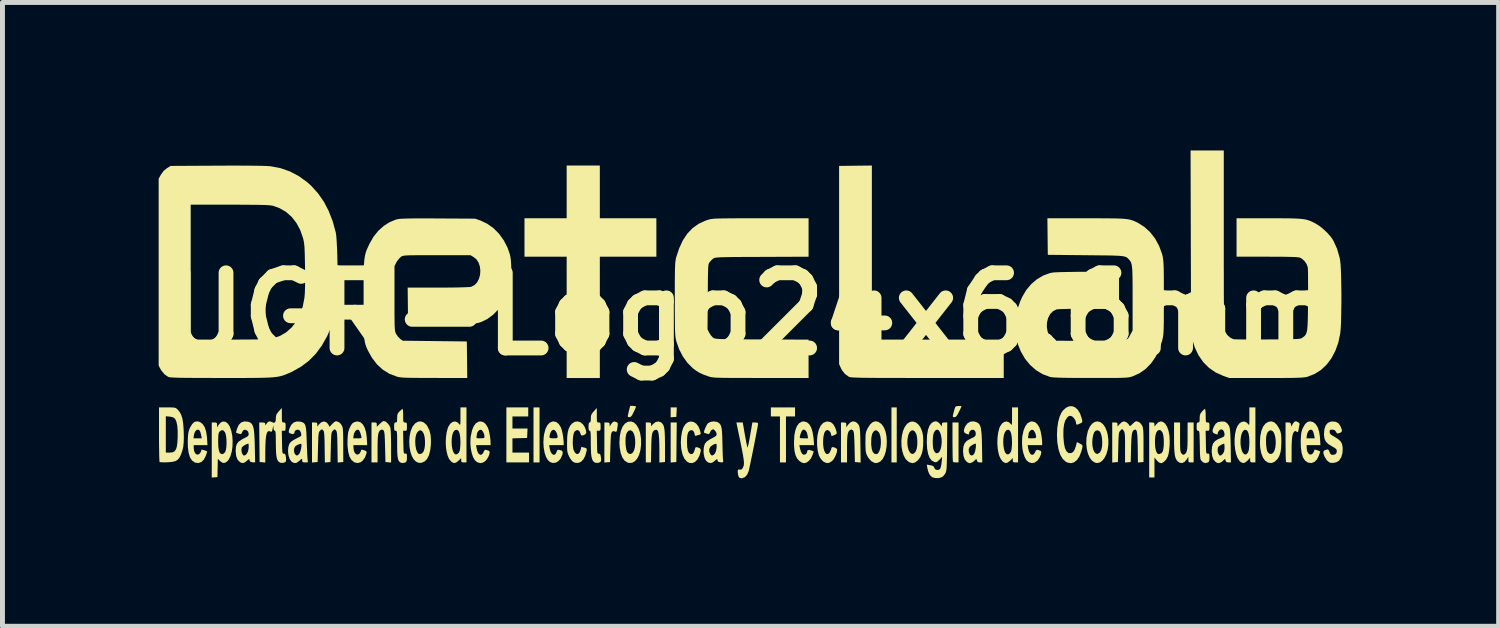
<source format=kicad_pcb>
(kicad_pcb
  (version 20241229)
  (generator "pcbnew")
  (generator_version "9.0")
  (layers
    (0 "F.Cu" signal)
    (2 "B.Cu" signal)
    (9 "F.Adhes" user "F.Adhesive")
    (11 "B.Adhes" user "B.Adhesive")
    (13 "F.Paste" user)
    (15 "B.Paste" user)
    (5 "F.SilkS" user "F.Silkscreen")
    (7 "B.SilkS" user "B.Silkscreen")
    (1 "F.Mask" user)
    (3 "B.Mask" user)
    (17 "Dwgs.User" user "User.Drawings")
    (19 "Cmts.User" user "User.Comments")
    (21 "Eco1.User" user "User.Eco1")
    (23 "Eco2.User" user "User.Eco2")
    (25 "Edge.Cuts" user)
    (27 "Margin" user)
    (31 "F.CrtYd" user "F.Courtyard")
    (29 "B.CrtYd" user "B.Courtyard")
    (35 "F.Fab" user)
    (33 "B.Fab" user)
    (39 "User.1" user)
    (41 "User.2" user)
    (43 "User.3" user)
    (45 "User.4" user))
  (footprint "UGR-Logo24x6.6mm"
    (layer "F.Cu")
    (at 12.163 3.314)
    (property "Reference" "UGR-Logo24x6.6mm" (at 0 0 0) (layer "F.SilkS") (effects (font (size 1.524 1.524) (thickness 0.3))))
    (attr board_only exclude_from_pos_files exclude_from_bom)
    (fp_poly (pts (xy -4.277 3.009) (xy -4.399 3.009) (xy -4.399 1.894) (xy -4.277 1.894)) (stroke (width 0) (type solid)) (fill yes) (layer "F.SilkS"))
    (fp_poly (pts (xy 2.963 3.009) (xy 2.856 3.009) (xy 2.856 1.894) (xy 2.963 1.894)) (stroke (width 0) (type solid)) (fill yes) (layer "F.SilkS"))
    (fp_poly (pts (xy -1.504 2.085) (xy -1.562 2.09) (xy -1.619 2.094) (xy -1.619 1.894) (xy -1.495 1.894)) (stroke (width 0) (type solid)) (fill yes) (layer "F.SilkS"))
    (fp_poly (pts (xy -1.504 3.001) (xy -1.562 3.006) (xy -1.619 3.011) (xy -1.619 2.199) (xy -1.496 2.199)) (stroke (width 0) (type solid)) (fill yes) (layer "F.SilkS"))
    (fp_poly (pts (xy 0.901 2.077) (xy 0.718 2.077) (xy 0.718 3.009) (xy 0.596 3.009) (xy 0.596 2.077) (xy 0.412 2.077) (xy 0.412 1.894) (xy 0.901 1.894)) (stroke (width 0) (type solid)) (fill yes) (layer "F.SilkS"))
    (fp_poly (pts (xy -3.055 -1.94) (xy -1.909 -1.94) (xy -1.909 -1.161) (xy -3.055 -1.161) (xy -3.055 1.298) (xy -3.727 1.298) (xy -3.727 -1.161) (xy -4.582 -1.161) (xy -4.582 -1.94) (xy -3.727 -1.94) (xy -3.727 -3.009) (xy -3.055 -3.009)) (stroke (width 0) (type solid)) (fill yes) (layer "F.SilkS"))
    (fp_poly (pts (xy -4.506 2.077) (xy -4.826 2.077) (xy -4.826 2.322) (xy -4.52 2.322) (xy -4.529 2.513) (xy -4.678 2.517) (xy -4.826 2.521) (xy -4.826 2.81) (xy -4.49 2.81) (xy -4.49 3.009) (xy -4.949 3.009) (xy -4.949 1.894) (xy -4.506 1.894)) (stroke (width 0) (type solid)) (fill yes) (layer "F.SilkS"))
    (fp_poly (pts (xy 4.216 3.009) (xy 4.165 3.009) (xy 4.127 3.006) (xy 4.104 2.999) (xy 4.104 2.999) (xy 4.101 2.981) (xy 4.098 2.937) (xy 4.096 2.871) (xy 4.095 2.787) (xy 4.094 2.689) (xy 4.093 2.594) (xy 4.093 2.199) (xy 4.216 2.199)) (stroke (width 0) (type solid)) (fill yes) (layer "F.SilkS"))
    (fp_poly (pts (xy -2.343 1.867) (xy -2.323 1.875) (xy -2.322 1.878) (xy -2.328 1.899) (xy -2.345 1.938) (xy -2.368 1.988) (xy -2.371 1.993) (xy -2.399 2.047) (xy -2.422 2.078) (xy -2.443 2.091) (xy -2.455 2.092) (xy -2.482 2.087) (xy -2.49 2.077) (xy -2.486 2.054) (xy -2.477 2.012) (xy -2.465 1.962) (xy -2.44 1.863) (xy -2.381 1.863)) (stroke (width 0) (type solid)) (fill yes) (layer "F.SilkS"))
    (fp_poly (pts (xy 4.274 1.868) (xy 4.277 1.871) (xy 4.27 1.887) (xy 4.253 1.924) (xy 4.229 1.974) (xy 4.223 1.986) (xy 4.194 2.041) (xy 4.171 2.074) (xy 4.151 2.089) (xy 4.131 2.092) (xy 4.105 2.089) (xy 4.099 2.072) (xy 4.103 2.05) (xy 4.122 1.975) (xy 4.136 1.924) (xy 4.147 1.893) (xy 4.159 1.876) (xy 4.174 1.87) (xy 4.197 1.867) (xy 4.213 1.866) (xy 4.252 1.865)) (stroke (width 0) (type solid)) (fill yes) (layer "F.SilkS"))
    (fp_poly (pts (xy 2.459 0.519) (xy 5.132 0.519) (xy 5.132 1.298) (xy 3.585 1.298) (xy 3.332 1.298) (xy 3.107 1.297) (xy 2.909 1.297) (xy 2.736 1.296) (xy 2.587 1.296) (xy 2.459 1.295) (xy 2.352 1.294) (xy 2.262 1.293) (xy 2.189 1.291) (xy 2.131 1.289) (xy 2.085 1.287) (xy 2.051 1.285) (xy 2.026 1.282) (xy 2.008 1.278) (xy 1.997 1.275) (xy 1.993 1.273) (xy 1.913 1.216) (xy 1.852 1.138) (xy 1.83 1.094) (xy 1.795 1.016) (xy 1.795 -3.001) (xy 2.459 -3.009)) (stroke (width 0) (type solid)) (fill yes) (layer "F.SilkS"))
    (fp_poly (pts (xy -2.725 2.188) (xy -2.721 2.19) (xy -2.7 2.202) (xy -2.691 2.221) (xy -2.692 2.256) (xy -2.695 2.279) (xy -2.704 2.34) (xy -2.713 2.374) (xy -2.726 2.388) (xy -2.744 2.385) (xy -2.753 2.381) (xy -2.783 2.373) (xy -2.808 2.389) (xy -2.817 2.403) (xy -2.824 2.426) (xy -2.83 2.462) (xy -2.834 2.516) (xy -2.837 2.592) (xy -2.841 2.693) (xy -2.841 2.708) (xy -2.849 3.001) (xy -2.906 3.006) (xy -2.963 3.011) (xy -2.963 2.199) (xy -2.91 2.199) (xy -2.874 2.202) (xy -2.859 2.215) (xy -2.856 2.241) (xy -2.856 2.283) (xy -2.827 2.235) (xy -2.795 2.194) (xy -2.764 2.179)) (stroke (width 0) (type solid)) (fill yes) (layer "F.SilkS"))
    (fp_poly (pts (xy -1.819 2.194) (xy -1.803 2.206) (xy -1.782 2.229) (xy -1.765 2.258) (xy -1.753 2.297) (xy -1.744 2.35) (xy -1.739 2.419) (xy -1.736 2.511) (xy -1.734 2.627) (xy -1.734 2.673) (xy -1.734 3.001) (xy -1.791 3.006) (xy -1.848 3.011) (xy -1.848 2.746) (xy -1.85 2.616) (xy -1.854 2.514) (xy -1.862 2.439) (xy -1.873 2.387) (xy -1.89 2.356) (xy -1.911 2.345) (xy -1.937 2.351) (xy -1.942 2.354) (xy -1.964 2.368) (xy -1.98 2.389) (xy -1.992 2.42) (xy -2.001 2.465) (xy -2.007 2.529) (xy -2.011 2.615) (xy -2.013 2.723) (xy -2.019 3.009) (xy -2.123 3.009) (xy -2.123 2.199) (xy -2.07 2.199) (xy -2.033 2.202) (xy -2.019 2.215) (xy -2.016 2.238) (xy -2.016 2.276) (xy -1.973 2.228) (xy -1.923 2.19) (xy -1.87 2.179)) (stroke (width 0) (type solid)) (fill yes) (layer "F.SilkS"))
    (fp_poly (pts (xy 8.706 2.496) (xy 8.706 2.599) (xy 8.707 2.676) (xy 8.709 2.732) (xy 8.713 2.77) (xy 8.718 2.797) (xy 8.726 2.815) (xy 8.736 2.828) (xy 8.761 2.852) (xy 8.783 2.852) (xy 8.793 2.847) (xy 8.815 2.83) (xy 8.831 2.808) (xy 8.843 2.776) (xy 8.851 2.73) (xy 8.856 2.665) (xy 8.858 2.578) (xy 8.858 2.478) (xy 8.859 2.199) (xy 8.981 2.199) (xy 8.981 3.009) (xy 8.927 3.009) (xy 8.892 3.007) (xy 8.877 2.994) (xy 8.874 2.963) (xy 8.874 2.952) (xy 8.874 2.894) (xy 8.844 2.943) (xy 8.8 2.996) (xy 8.752 3.021) (xy 8.702 3.017) (xy 8.656 2.986) (xy 8.633 2.958) (xy 8.616 2.923) (xy 8.603 2.877) (xy 8.594 2.815) (xy 8.588 2.735) (xy 8.585 2.633) (xy 8.584 2.506) (xy 8.584 2.199) (xy 8.706 2.199)) (stroke (width 0) (type solid)) (fill yes) (layer "F.SilkS"))
    (fp_poly (pts (xy 11.066 2.178) (xy 11.099 2.193) (xy 11.123 2.214) (xy 11.129 2.236) (xy 11.129 2.237) (xy 11.122 2.263) (xy 11.114 2.307) (xy 11.111 2.327) (xy 11.102 2.375) (xy 11.091 2.395) (xy 11.074 2.391) (xy 11.061 2.38) (xy 11.041 2.37) (xy 11.019 2.385) (xy 11 2.411) (xy 10.987 2.451) (xy 10.977 2.507) (xy 10.971 2.584) (xy 10.967 2.685) (xy 10.967 2.768) (xy 10.966 3.009) (xy 10.916 3.009) (xy 10.878 3.006) (xy 10.855 2.999) (xy 10.854 2.999) (xy 10.852 2.981) (xy 10.849 2.937) (xy 10.847 2.871) (xy 10.846 2.787) (xy 10.845 2.689) (xy 10.844 2.594) (xy 10.844 2.199) (xy 10.897 2.199) (xy 10.933 2.203) (xy 10.949 2.218) (xy 10.954 2.241) (xy 10.959 2.283) (xy 10.985 2.236) (xy 11.01 2.2) (xy 11.035 2.179) (xy 11.037 2.178)) (stroke (width 0) (type solid)) (fill yes) (layer "F.SilkS"))
    (fp_poly (pts (xy -7.398 2.181) (xy -7.359 2.213) (xy -7.324 2.256) (xy -7.302 2.301) (xy -7.301 2.303) (xy -7.297 2.335) (xy -7.292 2.393) (xy -7.289 2.469) (xy -7.287 2.56) (xy -7.286 2.659) (xy -7.286 2.685) (xy -7.286 3.011) (xy -7.343 3.006) (xy -7.4 3.001) (xy -7.408 2.692) (xy -7.411 2.585) (xy -7.414 2.503) (xy -7.418 2.444) (xy -7.423 2.404) (xy -7.429 2.378) (xy -7.437 2.362) (xy -7.44 2.359) (xy -7.467 2.342) (xy -7.496 2.35) (xy -7.517 2.367) (xy -7.534 2.394) (xy -7.546 2.434) (xy -7.554 2.492) (xy -7.558 2.57) (xy -7.56 2.674) (xy -7.56 2.736) (xy -7.56 3.009) (xy -7.683 3.009) (xy -7.683 2.199) (xy -7.629 2.199) (xy -7.593 2.202) (xy -7.578 2.215) (xy -7.576 2.243) (xy -7.576 2.287) (xy -7.516 2.228) (xy -7.479 2.195) (xy -7.447 2.173) (xy -7.434 2.169)) (stroke (width 0) (type solid)) (fill yes) (layer "F.SilkS"))
    (fp_poly (pts (xy 2.117 2.183) (xy 2.13 2.19) (xy 2.158 2.209) (xy 2.179 2.23) (xy 2.196 2.255) (xy 2.207 2.288) (xy 2.215 2.335) (xy 2.221 2.398) (xy 2.224 2.482) (xy 2.226 2.59) (xy 2.227 2.654) (xy 2.232 3.011) (xy 2.174 3.006) (xy 2.115 3.001) (xy 2.108 2.692) (xy 2.105 2.585) (xy 2.101 2.503) (xy 2.098 2.444) (xy 2.093 2.404) (xy 2.086 2.378) (xy 2.078 2.362) (xy 2.075 2.359) (xy 2.048 2.342) (xy 2.02 2.35) (xy 1.998 2.367) (xy 1.982 2.394) (xy 1.97 2.434) (xy 1.962 2.492) (xy 1.957 2.57) (xy 1.955 2.674) (xy 1.955 2.736) (xy 1.955 3.009) (xy 1.833 3.009) (xy 1.833 2.199) (xy 1.886 2.199) (xy 1.922 2.202) (xy 1.937 2.215) (xy 1.94 2.247) (xy 1.94 2.249) (xy 1.94 2.298) (xy 1.974 2.249) (xy 2.021 2.199) (xy 2.069 2.177)) (stroke (width 0) (type solid)) (fill yes) (layer "F.SilkS"))
    (fp_poly (pts (xy -2.364 2.2) (xy -2.314 2.247) (xy -2.272 2.316) (xy -2.24 2.405) (xy -2.222 2.511) (xy -2.22 2.531) (xy -2.219 2.65) (xy -2.232 2.757) (xy -2.257 2.849) (xy -2.294 2.925) (xy -2.34 2.981) (xy -2.394 3.013) (xy -2.455 3.021) (xy -2.498 3.009) (xy -2.555 2.971) (xy -2.6 2.906) (xy -2.632 2.818) (xy -2.652 2.71) (xy -2.658 2.604) (xy -2.655 2.566) (xy -2.535 2.566) (xy -2.533 2.641) (xy -2.525 2.712) (xy -2.513 2.77) (xy -2.501 2.8) (xy -2.466 2.833) (xy -2.427 2.838) (xy -2.392 2.817) (xy -2.363 2.771) (xy -2.345 2.705) (xy -2.337 2.627) (xy -2.339 2.546) (xy -2.351 2.471) (xy -2.373 2.409) (xy -2.398 2.375) (xy -2.436 2.357) (xy -2.473 2.367) (xy -2.504 2.401) (xy -2.521 2.441) (xy -2.531 2.496) (xy -2.535 2.566) (xy -2.655 2.566) (xy -2.65 2.476) (xy -2.628 2.367) (xy -2.592 2.281) (xy -2.544 2.22) (xy -2.484 2.185) (xy -2.422 2.179)) (stroke (width 0) (type solid)) (fill yes) (layer "F.SilkS"))
    (fp_poly (pts (xy 7.088 2.191) (xy 7.141 2.23) (xy 7.188 2.296) (xy 7.225 2.389) (xy 7.238 2.441) (xy 7.253 2.548) (xy 7.252 2.652) (xy 7.239 2.75) (xy 7.213 2.839) (xy 7.177 2.914) (xy 7.133 2.971) (xy 7.082 3.009) (xy 7.026 3.022) (xy 6.98 3.013) (xy 6.924 2.977) (xy 6.877 2.916) (xy 6.84 2.835) (xy 6.816 2.738) (xy 6.805 2.63) (xy 6.806 2.598) (xy 6.926 2.598) (xy 6.929 2.666) (xy 6.944 2.743) (xy 6.969 2.798) (xy 7 2.83) (xy 7.036 2.836) (xy 7.073 2.814) (xy 7.089 2.795) (xy 7.112 2.746) (xy 7.126 2.678) (xy 7.129 2.601) (xy 7.124 2.523) (xy 7.111 2.452) (xy 7.089 2.397) (xy 7.072 2.375) (xy 7.034 2.358) (xy 6.994 2.367) (xy 6.964 2.399) (xy 6.946 2.451) (xy 6.932 2.521) (xy 6.926 2.598) (xy 6.806 2.598) (xy 6.809 2.515) (xy 6.813 2.485) (xy 6.837 2.374) (xy 6.875 2.287) (xy 6.922 2.226) (xy 6.975 2.189) (xy 7.031 2.177)) (stroke (width 0) (type solid)) (fill yes) (layer "F.SilkS"))
    (fp_poly (pts (xy -6.623 2.199) (xy -6.568 2.248) (xy -6.552 2.272) (xy -6.512 2.352) (xy -6.487 2.443) (xy -6.478 2.552) (xy -6.479 2.644) (xy -6.493 2.767) (xy -6.52 2.867) (xy -6.561 2.944) (xy -6.614 2.994) (xy -6.676 3.018) (xy -6.734 3.015) (xy -6.779 2.994) (xy -6.828 2.946) (xy -6.867 2.876) (xy -6.896 2.788) (xy -6.913 2.689) (xy -6.918 2.584) (xy -6.918 2.576) (xy -6.797 2.576) (xy -6.793 2.658) (xy -6.781 2.732) (xy -6.766 2.777) (xy -6.745 2.817) (xy -6.726 2.836) (xy -6.701 2.839) (xy -6.694 2.838) (xy -6.657 2.824) (xy -6.628 2.786) (xy -6.625 2.78) (xy -6.608 2.725) (xy -6.599 2.652) (xy -6.599 2.572) (xy -6.606 2.495) (xy -6.622 2.432) (xy -6.623 2.429) (xy -6.652 2.379) (xy -6.686 2.357) (xy -6.722 2.365) (xy -6.757 2.402) (xy -6.776 2.439) (xy -6.791 2.499) (xy -6.797 2.576) (xy -6.918 2.576) (xy -6.911 2.479) (xy -6.891 2.381) (xy -6.857 2.295) (xy -6.85 2.282) (xy -6.8 2.219) (xy -6.743 2.184) (xy -6.682 2.177)) (stroke (width 0) (type solid)) (fill yes) (layer "F.SilkS"))
    (fp_poly (pts (xy 3.352 2.199) (xy 3.405 2.243) (xy 3.449 2.309) (xy 3.482 2.395) (xy 3.483 2.398) (xy 3.496 2.474) (xy 3.501 2.568) (xy 3.498 2.666) (xy 3.488 2.758) (xy 3.475 2.819) (xy 3.44 2.904) (xy 3.391 2.966) (xy 3.336 3.009) (xy 3.283 3.023) (xy 3.227 3.009) (xy 3.197 2.992) (xy 3.144 2.942) (xy 3.104 2.869) (xy 3.076 2.78) (xy 3.06 2.68) (xy 3.059 2.624) (xy 3.178 2.624) (xy 3.186 2.694) (xy 3.202 2.754) (xy 3.225 2.8) (xy 3.253 2.829) (xy 3.285 2.838) (xy 3.318 2.823) (xy 3.35 2.782) (xy 3.368 2.732) (xy 3.379 2.662) (xy 3.381 2.584) (xy 3.376 2.508) (xy 3.363 2.443) (xy 3.356 2.426) (xy 3.326 2.378) (xy 3.29 2.357) (xy 3.254 2.365) (xy 3.222 2.398) (xy 3.196 2.457) (xy 3.194 2.467) (xy 3.18 2.547) (xy 3.178 2.624) (xy 3.059 2.624) (xy 3.057 2.576) (xy 3.067 2.472) (xy 3.089 2.376) (xy 3.124 2.292) (xy 3.172 2.227) (xy 3.179 2.221) (xy 3.236 2.186) (xy 3.295 2.18)) (stroke (width 0) (type solid)) (fill yes) (layer "F.SilkS"))
    (fp_poly (pts (xy 10.617 2.198) (xy 10.669 2.248) (xy 10.717 2.328) (xy 10.725 2.345) (xy 10.74 2.383) (xy 10.75 2.422) (xy 10.756 2.468) (xy 10.758 2.531) (xy 10.759 2.597) (xy 10.755 2.705) (xy 10.744 2.791) (xy 10.725 2.859) (xy 10.696 2.916) (xy 10.675 2.945) (xy 10.62 2.998) (xy 10.56 3.021) (xy 10.496 3.014) (xy 10.484 3.009) (xy 10.428 2.971) (xy 10.383 2.906) (xy 10.35 2.818) (xy 10.33 2.71) (xy 10.325 2.604) (xy 10.327 2.566) (xy 10.448 2.566) (xy 10.45 2.641) (xy 10.457 2.712) (xy 10.469 2.77) (xy 10.482 2.8) (xy 10.517 2.833) (xy 10.556 2.838) (xy 10.591 2.817) (xy 10.619 2.771) (xy 10.637 2.705) (xy 10.645 2.627) (xy 10.643 2.546) (xy 10.631 2.471) (xy 10.609 2.409) (xy 10.584 2.375) (xy 10.547 2.357) (xy 10.51 2.367) (xy 10.478 2.401) (xy 10.462 2.441) (xy 10.451 2.496) (xy 10.448 2.566) (xy 10.327 2.566) (xy 10.332 2.476) (xy 10.355 2.367) (xy 10.39 2.281) (xy 10.439 2.22) (xy 10.498 2.185) (xy 10.561 2.177)) (stroke (width 0) (type solid)) (fill yes) (layer "F.SilkS"))
    (fp_poly (pts (xy 1.138 2.192) (xy 1.19 2.235) (xy 1.23 2.304) (xy 1.259 2.4) (xy 1.277 2.52) (xy 1.278 2.531) (xy 1.287 2.658) (xy 0.989 2.658) (xy 1 2.715) (xy 1.019 2.786) (xy 1.044 2.833) (xy 1.074 2.853) (xy 1.112 2.847) (xy 1.139 2.82) (xy 1.146 2.793) (xy 1.156 2.763) (xy 1.187 2.755) (xy 1.234 2.767) (xy 1.28 2.787) (xy 1.256 2.86) (xy 1.225 2.926) (xy 1.18 2.979) (xy 1.129 3.014) (xy 1.084 3.024) (xy 1.036 3.011) (xy 0.986 2.977) (xy 0.942 2.926) (xy 0.911 2.861) (xy 0.891 2.777) (xy 0.882 2.67) (xy 0.881 2.589) (xy 0.886 2.502) (xy 0.997 2.502) (xy 1.003 2.514) (xy 1.026 2.519) (xy 1.072 2.52) (xy 1.079 2.52) (xy 1.165 2.52) (xy 1.156 2.457) (xy 1.142 2.403) (xy 1.117 2.364) (xy 1.087 2.344) (xy 1.066 2.345) (xy 1.04 2.37) (xy 1.016 2.423) (xy 1.001 2.478) (xy 0.997 2.502) (xy 0.886 2.502) (xy 0.888 2.46) (xy 0.909 2.353) (xy 0.941 2.271) (xy 0.985 2.213) (xy 1.04 2.183) (xy 1.077 2.178)) (stroke (width 0) (type solid)) (fill yes) (layer "F.SilkS"))
    (fp_poly (pts (xy 8.36 2.188) (xy 8.402 2.222) (xy 8.44 2.279) (xy 8.469 2.356) (xy 8.489 2.452) (xy 8.491 2.475) (xy 8.496 2.569) (xy 8.494 2.669) (xy 8.485 2.763) (xy 8.471 2.844) (xy 8.456 2.892) (xy 8.422 2.952) (xy 8.38 2.997) (xy 8.336 3.022) (xy 8.318 3.024) (xy 8.277 3.009) (xy 8.234 2.967) (xy 8.187 2.91) (xy 8.187 3.314) (xy 8.08 3.314) (xy 8.08 2.624) (xy 8.197 2.624) (xy 8.203 2.703) (xy 8.216 2.768) (xy 8.222 2.785) (xy 8.241 2.822) (xy 8.261 2.838) (xy 8.289 2.838) (xy 8.33 2.821) (xy 8.354 2.787) (xy 8.367 2.741) (xy 8.375 2.675) (xy 8.377 2.598) (xy 8.374 2.521) (xy 8.365 2.454) (xy 8.351 2.405) (xy 8.349 2.402) (xy 8.317 2.361) (xy 8.282 2.35) (xy 8.248 2.368) (xy 8.221 2.409) (xy 8.206 2.466) (xy 8.198 2.541) (xy 8.197 2.624) (xy 8.08 2.624) (xy 8.08 2.199) (xy 8.133 2.199) (xy 8.169 2.202) (xy 8.184 2.215) (xy 8.187 2.241) (xy 8.188 2.283) (xy 8.22 2.24) (xy 8.266 2.195) (xy 8.313 2.178)) (stroke (width 0) (type solid)) (fill yes) (layer "F.SilkS"))
    (fp_poly (pts (xy -3.446 2.196) (xy -3.395 2.239) (xy -3.359 2.296) (xy -3.335 2.361) (xy -3.33 2.407) (xy -3.347 2.437) (xy -3.382 2.455) (xy -3.417 2.464) (xy -3.434 2.458) (xy -3.443 2.434) (xy -3.444 2.431) (xy -3.466 2.379) (xy -3.497 2.354) (xy -3.534 2.358) (xy -3.567 2.384) (xy -3.583 2.417) (xy -3.595 2.472) (xy -3.602 2.541) (xy -3.604 2.614) (xy -3.6 2.684) (xy -3.591 2.742) (xy -3.587 2.755) (xy -3.559 2.811) (xy -3.527 2.837) (xy -3.494 2.836) (xy -3.464 2.806) (xy -3.444 2.755) (xy -3.429 2.694) (xy -3.371 2.708) (xy -3.334 2.719) (xy -3.32 2.734) (xy -3.321 2.763) (xy -3.324 2.778) (xy -3.35 2.873) (xy -3.388 2.946) (xy -3.436 2.996) (xy -3.493 3.02) (xy -3.554 3.016) (xy -3.592 3.001) (xy -3.623 2.973) (xy -3.657 2.926) (xy -3.676 2.891) (xy -3.694 2.852) (xy -3.706 2.817) (xy -3.714 2.78) (xy -3.718 2.732) (xy -3.719 2.665) (xy -3.719 2.612) (xy -3.716 2.492) (xy -3.705 2.397) (xy -3.685 2.323) (xy -3.656 2.265) (xy -3.619 2.222) (xy -3.563 2.186) (xy -3.504 2.178)) (stroke (width 0) (type solid)) (fill yes) (layer "F.SilkS"))
    (fp_poly (pts (xy -0.115 2.448) (xy -0.1 2.531) (xy -0.086 2.604) (xy -0.074 2.662) (xy -0.066 2.697) (xy -0.062 2.707) (xy -0.056 2.697) (xy -0.047 2.661) (xy -0.034 2.604) (xy -0.02 2.53) (xy -0.008 2.459) (xy 0.037 2.199) (xy 0.095 2.199) (xy 0.136 2.204) (xy 0.152 2.218) (xy 0.153 2.222) (xy 0.15 2.245) (xy 0.142 2.293) (xy 0.129 2.362) (xy 0.113 2.447) (xy 0.094 2.544) (xy 0.074 2.648) (xy 0.052 2.755) (xy 0.031 2.859) (xy 0.011 2.957) (xy -0.007 3.044) (xy -0.022 3.115) (xy -0.034 3.166) (xy -0.039 3.187) (xy -0.07 3.259) (xy -0.115 3.307) (xy -0.17 3.329) (xy -0.186 3.33) (xy -0.223 3.321) (xy -0.244 3.292) (xy -0.245 3.29) (xy -0.255 3.247) (xy -0.26 3.199) (xy -0.257 3.164) (xy -0.247 3.152) (xy -0.223 3.155) (xy -0.189 3.155) (xy -0.164 3.13) (xy -0.163 3.129) (xy -0.149 3.103) (xy -0.139 3.076) (xy -0.134 3.043) (xy -0.134 3.001) (xy -0.14 2.946) (xy -0.151 2.874) (xy -0.168 2.781) (xy -0.191 2.664) (xy -0.204 2.6) (xy -0.287 2.199) (xy -0.158 2.199)) (stroke (width 0) (type solid)) (fill yes) (layer "F.SilkS"))
    (fp_poly (pts (xy 1.628 2.194) (xy 1.676 2.235) (xy 1.716 2.304) (xy 1.739 2.372) (xy 1.747 2.411) (xy 1.742 2.431) (xy 1.718 2.446) (xy 1.703 2.453) (xy 1.662 2.469) (xy 1.642 2.472) (xy 1.635 2.462) (xy 1.634 2.447) (xy 1.624 2.408) (xy 1.598 2.373) (xy 1.566 2.353) (xy 1.557 2.352) (xy 1.522 2.367) (xy 1.495 2.41) (xy 1.478 2.482) (xy 1.472 2.546) (xy 1.471 2.641) (xy 1.48 2.72) (xy 1.497 2.781) (xy 1.52 2.822) (xy 1.547 2.841) (xy 1.575 2.837) (xy 1.604 2.808) (xy 1.63 2.751) (xy 1.643 2.708) (xy 1.659 2.698) (xy 1.688 2.702) (xy 1.722 2.715) (xy 1.748 2.733) (xy 1.756 2.75) (xy 1.747 2.809) (xy 1.722 2.876) (xy 1.688 2.938) (xy 1.654 2.979) (xy 1.597 3.016) (xy 1.543 3.022) (xy 1.487 2.999) (xy 1.46 2.978) (xy 1.418 2.928) (xy 1.386 2.868) (xy 1.384 2.861) (xy 1.362 2.773) (xy 1.35 2.669) (xy 1.348 2.56) (xy 1.357 2.46) (xy 1.358 2.452) (xy 1.385 2.342) (xy 1.424 2.26) (xy 1.474 2.207) (xy 1.535 2.182) (xy 1.568 2.18)) (stroke (width 0) (type solid)) (fill yes) (layer "F.SilkS"))
    (fp_poly (pts (xy -1.153 2.19) (xy -1.1 2.224) (xy -1.056 2.282) (xy -1.031 2.343) (xy -1.016 2.394) (xy -1.01 2.424) (xy -1.015 2.439) (xy -1.032 2.446) (xy -1.045 2.45) (xy -1.084 2.461) (xy -1.106 2.468) (xy -1.127 2.467) (xy -1.13 2.454) (xy -1.136 2.423) (xy -1.148 2.39) (xy -1.17 2.361) (xy -1.203 2.355) (xy -1.205 2.355) (xy -1.24 2.369) (xy -1.265 2.402) (xy -1.281 2.458) (xy -1.288 2.539) (xy -1.289 2.597) (xy -1.284 2.698) (xy -1.27 2.772) (xy -1.247 2.818) (xy -1.215 2.839) (xy -1.2 2.841) (xy -1.175 2.834) (xy -1.155 2.812) (xy -1.136 2.767) (xy -1.123 2.724) (xy -1.114 2.703) (xy -1.096 2.699) (xy -1.061 2.708) (xy -1.028 2.722) (xy -1.011 2.745) (xy -1.01 2.781) (xy -1.024 2.835) (xy -1.04 2.88) (xy -1.078 2.951) (xy -1.126 2.999) (xy -1.181 3.022) (xy -1.239 3.019) (xy -1.289 2.992) (xy -1.341 2.933) (xy -1.379 2.849) (xy -1.404 2.737) (xy -1.406 2.717) (xy -1.413 2.602) (xy -1.406 2.485) (xy -1.387 2.378) (xy -1.361 2.298) (xy -1.319 2.233) (xy -1.268 2.193) (xy -1.211 2.179)) (stroke (width 0) (type solid)) (fill yes) (layer "F.SilkS"))
    (fp_poly (pts (xy 10.233 3.009) (xy 10.18 3.009) (xy 10.144 3.006) (xy 10.129 2.993) (xy 10.126 2.962) (xy 10.126 2.915) (xy 10.075 2.97) (xy 10.027 3.01) (xy 9.984 3.022) (xy 9.941 3.005) (xy 9.913 2.981) (xy 9.874 2.924) (xy 9.844 2.845) (xy 9.823 2.749) (xy 9.812 2.645) (xy 9.812 2.626) (xy 9.931 2.626) (xy 9.939 2.7) (xy 9.958 2.771) (xy 9.984 2.821) (xy 10.014 2.846) (xy 10.045 2.846) (xy 10.074 2.82) (xy 10.094 2.778) (xy 10.102 2.74) (xy 10.108 2.682) (xy 10.111 2.616) (xy 10.111 2.597) (xy 10.107 2.495) (xy 10.094 2.421) (xy 10.073 2.373) (xy 10.05 2.352) (xy 10.016 2.347) (xy 9.985 2.369) (xy 9.96 2.412) (xy 9.942 2.472) (xy 9.932 2.545) (xy 9.931 2.626) (xy 9.812 2.626) (xy 9.811 2.537) (xy 9.821 2.433) (xy 9.842 2.339) (xy 9.867 2.276) (xy 9.907 2.219) (xy 9.956 2.187) (xy 10.007 2.18) (xy 10.055 2.199) (xy 10.087 2.232) (xy 10.097 2.245) (xy 10.104 2.246) (xy 10.108 2.231) (xy 10.11 2.197) (xy 10.111 2.139) (xy 10.111 2.081) (xy 10.111 1.894) (xy 10.233 1.894)) (stroke (width 0) (type solid)) (fill yes) (layer "F.SilkS"))
    (fp_poly (pts (xy -10.642 2.186) (xy -10.595 2.221) (xy -10.556 2.279) (xy -10.525 2.368) (xy -10.505 2.469) (xy -10.498 2.578) (xy -10.501 2.688) (xy -10.516 2.791) (xy -10.542 2.882) (xy -10.578 2.953) (xy -10.6 2.981) (xy -10.647 3.015) (xy -10.691 3.02) (xy -10.736 2.995) (xy -10.753 2.98) (xy -10.798 2.936) (xy -10.802 3.121) (xy -10.806 3.307) (xy -10.863 3.311) (xy -10.921 3.316) (xy -10.921 2.587) (xy -10.791 2.587) (xy -10.788 2.688) (xy -10.778 2.761) (xy -10.761 2.809) (xy -10.735 2.835) (xy -10.707 2.841) (xy -10.678 2.829) (xy -10.65 2.8) (xy -10.65 2.8) (xy -10.635 2.759) (xy -10.625 2.697) (xy -10.621 2.623) (xy -10.623 2.546) (xy -10.63 2.475) (xy -10.643 2.42) (xy -10.65 2.402) (xy -10.681 2.363) (xy -10.716 2.354) (xy -10.754 2.376) (xy -10.762 2.384) (xy -10.775 2.403) (xy -10.783 2.428) (xy -10.788 2.466) (xy -10.79 2.523) (xy -10.791 2.587) (xy -10.921 2.587) (xy -10.921 2.199) (xy -10.867 2.199) (xy -10.831 2.202) (xy -10.817 2.215) (xy -10.814 2.247) (xy -10.814 2.249) (xy -10.814 2.299) (xy -10.783 2.249) (xy -10.74 2.2) (xy -10.692 2.179)) (stroke (width 0) (type solid)) (fill yes) (layer "F.SilkS"))
    (fp_poly (pts (xy -11.75 1.894) (xy -11.7 1.896) (xy -11.667 1.901) (xy -11.644 1.91) (xy -11.625 1.926) (xy -11.61 1.94) (xy -11.57 1.989) (xy -11.539 2.048) (xy -11.516 2.121) (xy -11.501 2.212) (xy -11.492 2.327) (xy -11.489 2.392) (xy -11.487 2.511) (xy -11.49 2.607) (xy -11.498 2.687) (xy -11.513 2.757) (xy -11.535 2.823) (xy -11.549 2.858) (xy -11.579 2.917) (xy -11.616 2.958) (xy -11.663 2.984) (xy -11.729 2.999) (xy -11.819 3.006) (xy -11.821 3.006) (xy -11.885 3.008) (xy -11.938 3.006) (xy -11.971 3.003) (xy -11.978 3) (xy -11.981 2.983) (xy -11.983 2.938) (xy -11.986 2.87) (xy -11.987 2.782) (xy -11.989 2.678) (xy -11.99 2.56) (xy -11.99 2.441) (xy -11.99 2.073) (xy -11.852 2.073) (xy -11.852 2.81) (xy -11.777 2.81) (xy -11.713 2.804) (xy -11.676 2.785) (xy -11.654 2.756) (xy -11.637 2.719) (xy -11.625 2.668) (xy -11.617 2.597) (xy -11.612 2.505) (xy -11.611 2.375) (xy -11.619 2.267) (xy -11.637 2.184) (xy -11.663 2.127) (xy -11.667 2.122) (xy -11.7 2.097) (xy -11.752 2.083) (xy -11.773 2.081) (xy -11.852 2.073) (xy -11.99 2.073) (xy -11.99 1.894) (xy -11.823 1.894)) (stroke (width 0) (type solid)) (fill yes) (layer "F.SilkS"))
    (fp_poly (pts (xy -5.758 3.009) (xy -5.812 3.009) (xy -5.848 3.006) (xy -5.862 2.993) (xy -5.865 2.965) (xy -5.865 2.92) (xy -5.917 2.972) (xy -5.966 3.011) (xy -6.01 3.022) (xy -6.052 3.004) (xy -6.073 2.986) (xy -6.112 2.936) (xy -6.14 2.871) (xy -6.161 2.786) (xy -6.172 2.718) (xy -6.178 2.613) (xy -6.178 2.595) (xy -6.059 2.595) (xy -6.055 2.672) (xy -6.043 2.742) (xy -6.024 2.799) (xy -5.998 2.836) (xy -5.984 2.845) (xy -5.948 2.843) (xy -5.916 2.815) (xy -5.897 2.778) (xy -5.889 2.74) (xy -5.883 2.682) (xy -5.881 2.616) (xy -5.88 2.597) (xy -5.885 2.495) (xy -5.898 2.419) (xy -5.92 2.369) (xy -5.95 2.347) (xy -5.987 2.353) (xy -5.999 2.361) (xy -6.026 2.395) (xy -6.045 2.45) (xy -6.056 2.519) (xy -6.059 2.595) (xy -6.178 2.595) (xy -6.174 2.504) (xy -6.16 2.401) (xy -6.137 2.313) (xy -6.123 2.28) (xy -6.084 2.221) (xy -6.036 2.187) (xy -5.987 2.179) (xy -5.939 2.197) (xy -5.905 2.232) (xy -5.895 2.245) (xy -5.888 2.246) (xy -5.883 2.231) (xy -5.881 2.197) (xy -5.88 2.139) (xy -5.88 2.081) (xy -5.88 1.894) (xy -5.758 1.894)) (stroke (width 0) (type solid)) (fill yes) (layer "F.SilkS"))
    (fp_poly (pts (xy 5.422 3.009) (xy 5.369 3.009) (xy 5.333 3.006) (xy 5.318 2.993) (xy 5.315 2.965) (xy 5.315 2.92) (xy 5.263 2.972) (xy 5.214 3.011) (xy 5.17 3.022) (xy 5.128 3.004) (xy 5.107 2.986) (xy 5.069 2.936) (xy 5.04 2.871) (xy 5.019 2.786) (xy 5.009 2.718) (xy 5.002 2.613) (xy 5.002 2.605) (xy 5.122 2.605) (xy 5.127 2.682) (xy 5.14 2.75) (xy 5.159 2.805) (xy 5.186 2.839) (xy 5.197 2.845) (xy 5.232 2.843) (xy 5.264 2.815) (xy 5.283 2.778) (xy 5.291 2.74) (xy 5.297 2.682) (xy 5.3 2.616) (xy 5.3 2.597) (xy 5.295 2.497) (xy 5.282 2.421) (xy 5.261 2.371) (xy 5.233 2.347) (xy 5.198 2.351) (xy 5.179 2.364) (xy 5.153 2.401) (xy 5.134 2.459) (xy 5.124 2.529) (xy 5.122 2.605) (xy 5.002 2.605) (xy 5.006 2.504) (xy 5.02 2.401) (xy 5.043 2.313) (xy 5.057 2.28) (xy 5.097 2.221) (xy 5.144 2.187) (xy 5.194 2.179) (xy 5.242 2.197) (xy 5.275 2.232) (xy 5.286 2.245) (xy 5.293 2.246) (xy 5.297 2.231) (xy 5.299 2.197) (xy 5.3 2.139) (xy 5.3 2.081) (xy 5.3 1.894) (xy 5.422 1.894)) (stroke (width 0) (type solid)) (fill yes) (layer "F.SilkS"))
    (fp_poly (pts (xy -11.162 2.189) (xy -11.108 2.228) (xy -11.065 2.293) (xy -11.035 2.383) (xy -11.018 2.495) (xy -11.016 2.52) (xy -11.008 2.658) (xy -11.287 2.658) (xy -11.287 2.71) (xy -11.28 2.772) (xy -11.26 2.818) (xy -11.231 2.846) (xy -11.199 2.851) (xy -11.166 2.83) (xy -11.162 2.826) (xy -11.142 2.794) (xy -11.134 2.77) (xy -11.127 2.751) (xy -11.121 2.749) (xy -11.099 2.754) (xy -11.065 2.764) (xy -11.033 2.777) (xy -11.014 2.787) (xy -11.012 2.788) (xy -11.017 2.804) (xy -11.03 2.841) (xy -11.044 2.88) (xy -11.083 2.954) (xy -11.133 3.001) (xy -11.191 3.021) (xy -11.257 3.013) (xy -11.266 3.009) (xy -11.321 2.971) (xy -11.362 2.906) (xy -11.39 2.814) (xy -11.405 2.697) (xy -11.407 2.568) (xy -11.405 2.52) (xy -11.291 2.52) (xy -11.123 2.52) (xy -11.135 2.463) (xy -11.149 2.403) (xy -11.165 2.366) (xy -11.186 2.348) (xy -11.192 2.345) (xy -11.223 2.348) (xy -11.252 2.374) (xy -11.274 2.419) (xy -11.283 2.457) (xy -11.291 2.52) (xy -11.405 2.52) (xy -11.403 2.486) (xy -11.398 2.426) (xy -11.389 2.379) (xy -11.375 2.337) (xy -11.36 2.303) (xy -11.318 2.231) (xy -11.271 2.189) (xy -11.218 2.176)) (stroke (width 0) (type solid)) (fill yes) (layer "F.SilkS"))
    (fp_poly (pts (xy 2.592 2.187) (xy 2.651 2.229) (xy 2.657 2.234) (xy 2.702 2.298) (xy 2.735 2.38) (xy 2.755 2.475) (xy 2.762 2.576) (xy 2.758 2.679) (xy 2.743 2.777) (xy 2.716 2.866) (xy 2.678 2.939) (xy 2.63 2.99) (xy 2.611 3.002) (xy 2.559 3.021) (xy 2.512 3.018) (xy 2.459 2.991) (xy 2.457 2.99) (xy 2.419 2.954) (xy 2.381 2.904) (xy 2.367 2.879) (xy 2.351 2.845) (xy 2.341 2.812) (xy 2.334 2.774) (xy 2.331 2.724) (xy 2.329 2.654) (xy 2.329 2.62) (xy 2.445 2.62) (xy 2.446 2.655) (xy 2.458 2.743) (xy 2.481 2.803) (xy 2.516 2.835) (xy 2.544 2.841) (xy 2.571 2.835) (xy 2.592 2.814) (xy 2.614 2.77) (xy 2.633 2.707) (xy 2.642 2.63) (xy 2.641 2.55) (xy 2.631 2.476) (xy 2.612 2.419) (xy 2.603 2.403) (xy 2.566 2.365) (xy 2.532 2.357) (xy 2.498 2.377) (xy 2.492 2.384) (xy 2.463 2.435) (xy 2.448 2.514) (xy 2.445 2.62) (xy 2.329 2.62) (xy 2.329 2.604) (xy 2.33 2.522) (xy 2.331 2.462) (xy 2.336 2.419) (xy 2.344 2.384) (xy 2.358 2.35) (xy 2.375 2.314) (xy 2.423 2.239) (xy 2.476 2.193) (xy 2.533 2.175)) (stroke (width 0) (type solid)) (fill yes) (layer "F.SilkS"))
    (fp_poly (pts (xy 11.397 2.189) (xy 11.451 2.228) (xy 11.494 2.293) (xy 11.524 2.383) (xy 11.541 2.495) (xy 11.543 2.52) (xy 11.551 2.658) (xy 11.272 2.658) (xy 11.272 2.71) (xy 11.279 2.772) (xy 11.299 2.818) (xy 11.328 2.846) (xy 11.36 2.851) (xy 11.393 2.83) (xy 11.397 2.826) (xy 11.417 2.794) (xy 11.425 2.77) (xy 11.432 2.751) (xy 11.438 2.749) (xy 11.46 2.754) (xy 11.494 2.764) (xy 11.526 2.777) (xy 11.546 2.787) (xy 11.547 2.788) (xy 11.542 2.804) (xy 11.529 2.841) (xy 11.515 2.88) (xy 11.476 2.954) (xy 11.426 3.001) (xy 11.368 3.021) (xy 11.303 3.013) (xy 11.293 3.009) (xy 11.239 2.971) (xy 11.197 2.906) (xy 11.169 2.814) (xy 11.154 2.697) (xy 11.152 2.568) (xy 11.154 2.52) (xy 11.268 2.52) (xy 11.436 2.52) (xy 11.425 2.463) (xy 11.41 2.403) (xy 11.394 2.366) (xy 11.373 2.348) (xy 11.367 2.345) (xy 11.336 2.348) (xy 11.307 2.374) (xy 11.285 2.419) (xy 11.276 2.457) (xy 11.268 2.52) (xy 11.154 2.52) (xy 11.156 2.486) (xy 11.161 2.426) (xy 11.17 2.379) (xy 11.184 2.337) (xy 11.199 2.303) (xy 11.241 2.231) (xy 11.288 2.189) (xy 11.341 2.176)) (stroke (width 0) (type solid)) (fill yes) (layer "F.SilkS"))
    (fp_poly (pts (xy -3.938 2.19) (xy -3.889 2.229) (xy -3.847 2.294) (xy -3.829 2.344) (xy -3.811 2.414) (xy -3.798 2.494) (xy -3.79 2.571) (xy -3.788 2.608) (xy -3.788 2.658) (xy -4.082 2.658) (xy -4.072 2.723) (xy -4.055 2.786) (xy -4.03 2.83) (xy -4.001 2.853) (xy -3.972 2.853) (xy -3.946 2.828) (xy -3.933 2.798) (xy -3.92 2.764) (xy -3.902 2.753) (xy -3.873 2.756) (xy -3.828 2.769) (xy -3.809 2.791) (xy -3.809 2.828) (xy -3.817 2.859) (xy -3.85 2.932) (xy -3.897 2.985) (xy -3.953 3.015) (xy -4.014 3.019) (xy -4.063 3.002) (xy -4.109 2.961) (xy -4.147 2.895) (xy -4.175 2.81) (xy -4.193 2.71) (xy -4.199 2.602) (xy -4.192 2.489) (xy -4.19 2.476) (xy -4.075 2.476) (xy -4.074 2.505) (xy -4.055 2.517) (xy -4.012 2.52) (xy -3.994 2.52) (xy -3.945 2.519) (xy -3.92 2.513) (xy -3.911 2.5) (xy -3.91 2.491) (xy -3.918 2.442) (xy -3.938 2.393) (xy -3.965 2.358) (xy -3.966 2.357) (xy -3.999 2.346) (xy -4.031 2.364) (xy -4.056 2.405) (xy -4.062 2.425) (xy -4.075 2.476) (xy -4.19 2.476) (xy -4.184 2.436) (xy -4.157 2.333) (xy -4.119 2.255) (xy -4.071 2.204) (xy -4.014 2.18) (xy -3.994 2.178)) (stroke (width 0) (type solid)) (fill yes) (layer "F.SilkS"))
    (fp_poly (pts (xy -3.116 2.052) (xy -3.116 2.12) (xy -3.114 2.163) (xy -3.109 2.187) (xy -3.1 2.197) (xy -3.085 2.199) (xy -3.078 2.199) (xy -3.056 2.202) (xy -3.044 2.213) (xy -3.04 2.241) (xy -3.039 2.283) (xy -3.04 2.332) (xy -3.046 2.357) (xy -3.059 2.366) (xy -3.078 2.367) (xy -3.117 2.367) (xy -3.112 2.6) (xy -3.111 2.689) (xy -3.109 2.752) (xy -3.106 2.793) (xy -3.101 2.817) (xy -3.094 2.829) (xy -3.083 2.832) (xy -3.075 2.832) (xy -3.055 2.836) (xy -3.043 2.854) (xy -3.035 2.893) (xy -3.033 2.907) (xy -3.028 2.96) (xy -3.036 2.991) (xy -3.059 3.008) (xy -3.094 3.018) (xy -3.144 3.016) (xy -3.174 2.999) (xy -3.196 2.975) (xy -3.212 2.941) (xy -3.224 2.894) (xy -3.232 2.828) (xy -3.236 2.74) (xy -3.238 2.626) (xy -3.238 2.608) (xy -3.238 2.516) (xy -3.24 2.45) (xy -3.243 2.406) (xy -3.247 2.381) (xy -3.254 2.369) (xy -3.261 2.367) (xy -3.275 2.36) (xy -3.282 2.333) (xy -3.284 2.283) (xy -3.282 2.233) (xy -3.275 2.207) (xy -3.261 2.199) (xy -3.247 2.191) (xy -3.239 2.164) (xy -3.237 2.119) (xy -3.235 2.07) (xy -3.223 2.034) (xy -3.198 1.997) (xy -3.176 1.972) (xy -3.116 1.905)) (stroke (width 0) (type solid)) (fill yes) (layer "F.SilkS"))
    (fp_poly (pts (xy -7.908 2.194) (xy -7.86 2.236) (xy -7.822 2.303) (xy -7.794 2.393) (xy -7.779 2.504) (xy -7.778 2.522) (xy -7.77 2.658) (xy -8.049 2.658) (xy -8.049 2.701) (xy -8.042 2.764) (xy -8.023 2.813) (xy -7.995 2.843) (xy -7.964 2.851) (xy -7.931 2.833) (xy -7.924 2.826) (xy -7.904 2.794) (xy -7.896 2.77) (xy -7.892 2.754) (xy -7.875 2.751) (xy -7.839 2.76) (xy -7.822 2.766) (xy -7.79 2.781) (xy -7.781 2.8) (xy -7.784 2.823) (xy -7.814 2.906) (xy -7.857 2.968) (xy -7.909 3.008) (xy -7.968 3.021) (xy -8.029 3.007) (xy -8.033 3.005) (xy -8.089 2.96) (xy -8.13 2.888) (xy -8.156 2.789) (xy -8.169 2.665) (xy -8.169 2.552) (xy -8.167 2.52) (xy -8.053 2.52) (xy -7.967 2.52) (xy -7.918 2.52) (xy -7.893 2.515) (xy -7.886 2.504) (xy -7.889 2.481) (xy -7.89 2.478) (xy -7.909 2.411) (xy -7.93 2.365) (xy -7.951 2.346) (xy -7.982 2.349) (xy -8.012 2.375) (xy -8.035 2.418) (xy -8.045 2.455) (xy -8.053 2.52) (xy -8.167 2.52) (xy -8.164 2.472) (xy -8.158 2.412) (xy -8.146 2.364) (xy -8.129 2.318) (xy -8.122 2.302) (xy -8.093 2.247) (xy -8.065 2.213) (xy -8.03 2.192) (xy -8.027 2.191) (xy -7.964 2.178)) (stroke (width 0) (type solid)) (fill yes) (layer "F.SilkS"))
    (fp_poly (pts (xy 6.579 1.893) (xy 6.633 1.942) (xy 6.679 2.017) (xy 6.713 2.116) (xy 6.718 2.137) (xy 6.725 2.176) (xy 6.718 2.197) (xy 6.693 2.214) (xy 6.68 2.22) (xy 6.634 2.24) (xy 6.609 2.242) (xy 6.599 2.228) (xy 6.598 2.211) (xy 6.587 2.163) (xy 6.559 2.116) (xy 6.522 2.079) (xy 6.497 2.068) (xy 6.465 2.065) (xy 6.437 2.08) (xy 6.414 2.104) (xy 6.378 2.16) (xy 6.355 2.237) (xy 6.342 2.338) (xy 6.341 2.464) (xy 6.342 2.497) (xy 6.352 2.619) (xy 6.371 2.713) (xy 6.399 2.777) (xy 6.436 2.813) (xy 6.452 2.819) (xy 6.5 2.82) (xy 6.539 2.797) (xy 6.571 2.747) (xy 6.597 2.669) (xy 6.605 2.638) (xy 6.614 2.596) (xy 6.675 2.627) (xy 6.706 2.644) (xy 6.724 2.661) (xy 6.729 2.685) (xy 6.722 2.723) (xy 6.706 2.781) (xy 6.702 2.795) (xy 6.664 2.89) (xy 6.616 2.96) (xy 6.559 3.006) (xy 6.496 3.024) (xy 6.429 3.014) (xy 6.39 2.995) (xy 6.329 2.94) (xy 6.28 2.858) (xy 6.244 2.75) (xy 6.22 2.617) (xy 6.217 2.589) (xy 6.211 2.448) (xy 6.217 2.314) (xy 6.235 2.19) (xy 6.264 2.083) (xy 6.303 1.998) (xy 6.326 1.964) (xy 6.39 1.903) (xy 6.455 1.872) (xy 6.519 1.869)) (stroke (width 0) (type solid)) (fill yes) (layer "F.SilkS"))
    (fp_poly (pts (xy -5.419 2.19) (xy -5.371 2.229) (xy -5.329 2.294) (xy -5.31 2.344) (xy -5.293 2.414) (xy -5.279 2.494) (xy -5.271 2.571) (xy -5.27 2.608) (xy -5.269 2.658) (xy -5.563 2.658) (xy -5.553 2.723) (xy -5.536 2.789) (xy -5.511 2.833) (xy -5.481 2.855) (xy -5.451 2.851) (xy -5.422 2.821) (xy -5.413 2.801) (xy -5.395 2.766) (xy -5.377 2.753) (xy -5.349 2.757) (xy -5.313 2.769) (xy -5.294 2.78) (xy -5.287 2.806) (xy -5.296 2.847) (xy -5.315 2.896) (xy -5.344 2.944) (xy -5.369 2.974) (xy -5.424 3.013) (xy -5.481 3.023) (xy -5.543 3.003) (xy -5.547 3.001) (xy -5.589 2.962) (xy -5.625 2.899) (xy -5.652 2.817) (xy -5.671 2.721) (xy -5.679 2.617) (xy -5.675 2.511) (xy -5.674 2.505) (xy -5.557 2.505) (xy -5.549 2.516) (xy -5.522 2.52) (xy -5.477 2.52) (xy -5.428 2.519) (xy -5.402 2.513) (xy -5.392 2.5) (xy -5.392 2.492) (xy -5.399 2.443) (xy -5.418 2.395) (xy -5.444 2.359) (xy -5.454 2.351) (xy -5.482 2.346) (xy -5.51 2.364) (xy -5.513 2.367) (xy -5.536 2.399) (xy -5.545 2.425) (xy -5.549 2.461) (xy -5.554 2.486) (xy -5.557 2.505) (xy -5.674 2.505) (xy -5.67 2.474) (xy -5.646 2.361) (xy -5.612 2.275) (xy -5.567 2.215) (xy -5.513 2.183) (xy -5.476 2.178)) (stroke (width 0) (type solid)) (fill yes) (layer "F.SilkS"))
    (fp_poly (pts (xy 5.761 2.19) (xy 5.809 2.229) (xy 5.851 2.294) (xy 5.87 2.344) (xy 5.887 2.414) (xy 5.901 2.494) (xy 5.909 2.571) (xy 5.911 2.608) (xy 5.911 2.658) (xy 5.617 2.658) (xy 5.627 2.723) (xy 5.644 2.789) (xy 5.669 2.833) (xy 5.699 2.855) (xy 5.73 2.851) (xy 5.758 2.821) (xy 5.767 2.801) (xy 5.785 2.766) (xy 5.803 2.753) (xy 5.832 2.757) (xy 5.867 2.769) (xy 5.887 2.78) (xy 5.893 2.806) (xy 5.885 2.847) (xy 5.865 2.896) (xy 5.837 2.944) (xy 5.812 2.974) (xy 5.757 3.013) (xy 5.7 3.023) (xy 5.637 3.003) (xy 5.634 3.001) (xy 5.591 2.962) (xy 5.556 2.899) (xy 5.528 2.817) (xy 5.509 2.721) (xy 5.502 2.617) (xy 5.506 2.511) (xy 5.506 2.505) (xy 5.623 2.505) (xy 5.632 2.516) (xy 5.658 2.52) (xy 5.703 2.52) (xy 5.752 2.519) (xy 5.778 2.513) (xy 5.788 2.5) (xy 5.789 2.492) (xy 5.781 2.443) (xy 5.762 2.395) (xy 5.737 2.359) (xy 5.726 2.351) (xy 5.699 2.346) (xy 5.67 2.364) (xy 5.667 2.367) (xy 5.644 2.399) (xy 5.636 2.425) (xy 5.632 2.461) (xy 5.626 2.486) (xy 5.623 2.505) (xy 5.506 2.505) (xy 5.51 2.474) (xy 5.534 2.361) (xy 5.569 2.275) (xy 5.613 2.215) (xy 5.668 2.183) (xy 5.705 2.178)) (stroke (width 0) (type solid)) (fill yes) (layer "F.SilkS"))
    (fp_poly (pts (xy 11.865 2.187) (xy 11.916 2.215) (xy 11.953 2.267) (xy 11.96 2.281) (xy 11.982 2.337) (xy 11.987 2.373) (xy 11.973 2.396) (xy 11.941 2.412) (xy 11.905 2.422) (xy 11.884 2.417) (xy 11.867 2.39) (xy 11.861 2.379) (xy 11.838 2.353) (xy 11.8 2.345) (xy 11.791 2.344) (xy 11.755 2.347) (xy 11.74 2.36) (xy 11.738 2.39) (xy 11.741 2.415) (xy 11.754 2.436) (xy 11.784 2.459) (xy 11.834 2.489) (xy 11.837 2.491) (xy 11.908 2.535) (xy 11.955 2.577) (xy 11.984 2.623) (xy 11.998 2.681) (xy 12.002 2.719) (xy 11.998 2.815) (xy 11.975 2.9) (xy 11.932 2.967) (xy 11.922 2.977) (xy 11.876 3.004) (xy 11.817 3.018) (xy 11.759 3.017) (xy 11.738 3.011) (xy 11.685 2.971) (xy 11.641 2.903) (xy 11.631 2.883) (xy 11.612 2.827) (xy 11.611 2.79) (xy 11.629 2.767) (xy 11.66 2.754) (xy 11.693 2.745) (xy 11.712 2.751) (xy 11.727 2.776) (xy 11.735 2.797) (xy 11.754 2.836) (xy 11.775 2.853) (xy 11.802 2.856) (xy 11.851 2.846) (xy 11.877 2.815) (xy 11.883 2.778) (xy 11.879 2.753) (xy 11.864 2.732) (xy 11.831 2.709) (xy 11.788 2.685) (xy 11.712 2.638) (xy 11.662 2.588) (xy 11.634 2.529) (xy 11.624 2.455) (xy 11.623 2.433) (xy 11.632 2.333) (xy 11.658 2.258) (xy 11.701 2.207) (xy 11.76 2.182) (xy 11.795 2.179)) (stroke (width 0) (type solid)) (fill yes) (layer "F.SilkS"))
    (fp_poly (pts (xy -7.047 1.939) (xy -7.043 1.976) (xy -7.041 2.031) (xy -7.041 2.062) (xy -7.041 2.127) (xy -7.039 2.167) (xy -7.033 2.189) (xy -7.023 2.198) (xy -7.006 2.199) (xy -7.003 2.199) (xy -6.981 2.202) (xy -6.97 2.213) (xy -6.965 2.241) (xy -6.965 2.283) (xy -6.966 2.332) (xy -6.971 2.357) (xy -6.984 2.366) (xy -7.003 2.367) (xy -7.042 2.367) (xy -7.038 2.6) (xy -7.036 2.689) (xy -7.034 2.752) (xy -7.031 2.793) (xy -7.026 2.817) (xy -7.019 2.828) (xy -7.009 2.83) (xy -6.999 2.83) (xy -6.979 2.83) (xy -6.969 2.841) (xy -6.965 2.871) (xy -6.965 2.909) (xy -6.967 2.961) (xy -6.976 2.991) (xy -6.993 3.008) (xy -6.994 3.008) (xy -7.048 3.023) (xy -7.098 3.011) (xy -7.106 3.005) (xy -7.126 2.985) (xy -7.141 2.956) (xy -7.151 2.913) (xy -7.158 2.854) (xy -7.162 2.773) (xy -7.163 2.667) (xy -7.163 2.634) (xy -7.163 2.538) (xy -7.164 2.468) (xy -7.166 2.421) (xy -7.17 2.391) (xy -7.175 2.375) (xy -7.183 2.369) (xy -7.194 2.367) (xy -7.212 2.364) (xy -7.221 2.348) (xy -7.224 2.313) (xy -7.224 2.283) (xy -7.223 2.235) (xy -7.217 2.21) (xy -7.205 2.2) (xy -7.194 2.199) (xy -7.177 2.196) (xy -7.167 2.181) (xy -7.164 2.147) (xy -7.163 2.111) (xy -7.161 2.058) (xy -7.153 2.023) (xy -7.133 1.994) (xy -7.113 1.973) (xy -7.081 1.944) (xy -7.057 1.927) (xy -7.052 1.924)) (stroke (width 0) (type solid)) (fill yes) (layer "F.SilkS"))
    (fp_poly (pts (xy -8.386 2.176) (xy -8.382 2.177) (xy -8.337 2.198) (xy -8.302 2.233) (xy -8.281 2.267) (xy -8.273 2.287) (xy -8.266 2.313) (xy -8.262 2.35) (xy -8.259 2.401) (xy -8.257 2.472) (xy -8.256 2.566) (xy -8.256 2.658) (xy -8.255 3.001) (xy -8.368 3.011) (xy -8.373 2.697) (xy -8.375 2.59) (xy -8.377 2.509) (xy -8.38 2.45) (xy -8.384 2.409) (xy -8.39 2.383) (xy -8.397 2.366) (xy -8.404 2.357) (xy -8.425 2.34) (xy -8.442 2.343) (xy -8.465 2.364) (xy -8.477 2.378) (xy -8.486 2.394) (xy -8.493 2.416) (xy -8.497 2.451) (xy -8.501 2.501) (xy -8.504 2.572) (xy -8.507 2.667) (xy -8.507 2.7) (xy -8.515 3.001) (xy -8.628 3.011) (xy -8.633 2.697) (xy -8.634 2.59) (xy -8.637 2.509) (xy -8.64 2.45) (xy -8.644 2.409) (xy -8.649 2.383) (xy -8.657 2.366) (xy -8.664 2.357) (xy -8.684 2.34) (xy -8.701 2.343) (xy -8.725 2.364) (xy -8.737 2.378) (xy -8.746 2.394) (xy -8.752 2.416) (xy -8.757 2.451) (xy -8.761 2.501) (xy -8.763 2.572) (xy -8.766 2.667) (xy -8.767 2.7) (xy -8.775 3.001) (xy -8.832 3.006) (xy -8.889 3.011) (xy -8.889 2.199) (xy -8.836 2.199) (xy -8.8 2.202) (xy -8.785 2.215) (xy -8.782 2.241) (xy -8.781 2.283) (xy -8.749 2.24) (xy -8.702 2.196) (xy -8.652 2.179) (xy -8.605 2.19) (xy -8.565 2.228) (xy -8.551 2.252) (xy -8.534 2.288) (xy -8.476 2.227) (xy -8.438 2.191) (xy -8.411 2.176)) (stroke (width 0) (type solid)) (fill yes) (layer "F.SilkS"))
    (fp_poly (pts (xy 9.218 1.939) (xy 9.222 1.976) (xy 9.225 2.031) (xy 9.225 2.062) (xy 9.226 2.127) (xy 9.228 2.167) (xy 9.233 2.189) (xy 9.243 2.198) (xy 9.26 2.199) (xy 9.263 2.199) (xy 9.285 2.202) (xy 9.297 2.213) (xy 9.301 2.241) (xy 9.302 2.283) (xy 9.301 2.332) (xy 9.295 2.357) (xy 9.283 2.366) (xy 9.263 2.367) (xy 9.224 2.367) (xy 9.229 2.6) (xy 9.23 2.689) (xy 9.232 2.752) (xy 9.235 2.793) (xy 9.24 2.817) (xy 9.247 2.828) (xy 9.257 2.83) (xy 9.267 2.83) (xy 9.287 2.83) (xy 9.297 2.841) (xy 9.301 2.871) (xy 9.302 2.909) (xy 9.299 2.961) (xy 9.291 2.991) (xy 9.273 3.008) (xy 9.272 3.008) (xy 9.221 3.023) (xy 9.176 3.009) (xy 9.148 2.985) (xy 9.135 2.97) (xy 9.125 2.954) (xy 9.118 2.932) (xy 9.114 2.9) (xy 9.111 2.852) (xy 9.108 2.785) (xy 9.107 2.693) (xy 9.106 2.656) (xy 9.104 2.556) (xy 9.102 2.482) (xy 9.1 2.43) (xy 9.096 2.397) (xy 9.091 2.378) (xy 9.083 2.37) (xy 9.073 2.367) (xy 9.072 2.367) (xy 9.054 2.363) (xy 9.045 2.347) (xy 9.042 2.311) (xy 9.042 2.283) (xy 9.043 2.235) (xy 9.049 2.21) (xy 9.062 2.2) (xy 9.073 2.199) (xy 9.09 2.196) (xy 9.099 2.18) (xy 9.103 2.145) (xy 9.103 2.116) (xy 9.106 2.062) (xy 9.117 2.024) (xy 9.143 1.987) (xy 9.15 1.978) (xy 9.181 1.946) (xy 9.205 1.927) (xy 9.212 1.924)) (stroke (width 0) (type solid)) (fill yes) (layer "F.SilkS"))
    (fp_poly (pts (xy 4.588 2.196) (xy 4.619 2.216) (xy 4.639 2.238) (xy 4.655 2.269) (xy 4.668 2.313) (xy 4.677 2.374) (xy 4.684 2.455) (xy 4.689 2.559) (xy 4.692 2.69) (xy 4.692 2.707) (xy 4.697 3.009) (xy 4.647 3.009) (xy 4.611 3.004) (xy 4.593 2.985) (xy 4.588 2.969) (xy 4.579 2.941) (xy 4.569 2.94) (xy 4.553 2.959) (xy 4.515 2.994) (xy 4.47 3.018) (xy 4.441 3.024) (xy 4.414 3.016) (xy 4.385 2.999) (xy 4.343 2.951) (xy 4.317 2.879) (xy 4.307 2.783) (xy 4.307 2.776) (xy 4.31 2.741) (xy 4.421 2.741) (xy 4.424 2.795) (xy 4.444 2.846) (xy 4.471 2.869) (xy 4.504 2.862) (xy 4.529 2.84) (xy 4.542 2.815) (xy 4.554 2.773) (xy 4.563 2.725) (xy 4.568 2.679) (xy 4.568 2.643) (xy 4.562 2.627) (xy 4.56 2.627) (xy 4.542 2.633) (xy 4.507 2.649) (xy 4.492 2.657) (xy 4.442 2.694) (xy 4.421 2.741) (xy 4.31 2.741) (xy 4.315 2.688) (xy 4.339 2.622) (xy 4.382 2.573) (xy 4.439 2.539) (xy 4.485 2.516) (xy 4.523 2.498) (xy 4.536 2.491) (xy 4.56 2.463) (xy 4.566 2.423) (xy 4.557 2.383) (xy 4.532 2.353) (xy 4.518 2.347) (xy 4.478 2.35) (xy 4.445 2.375) (xy 4.429 2.412) (xy 4.429 2.416) (xy 4.428 2.436) (xy 4.42 2.442) (xy 4.397 2.436) (xy 4.371 2.427) (xy 4.335 2.405) (xy 4.323 2.371) (xy 4.333 2.322) (xy 4.354 2.274) (xy 4.398 2.216) (xy 4.456 2.183) (xy 4.521 2.176)) (stroke (width 0) (type solid)) (fill yes) (layer "F.SilkS"))
    (fp_poly (pts (xy 7.838 2.177) (xy 7.884 2.198) (xy 7.918 2.233) (xy 7.939 2.267) (xy 7.948 2.287) (xy 7.954 2.313) (xy 7.959 2.35) (xy 7.962 2.401) (xy 7.964 2.472) (xy 7.965 2.566) (xy 7.965 2.658) (xy 7.965 3.001) (xy 7.852 3.011) (xy 7.848 2.699) (xy 7.845 2.581) (xy 7.842 2.491) (xy 7.836 2.426) (xy 7.829 2.381) (xy 7.818 2.355) (xy 7.804 2.344) (xy 7.786 2.345) (xy 7.78 2.347) (xy 7.761 2.359) (xy 7.746 2.378) (xy 7.735 2.41) (xy 7.726 2.459) (xy 7.72 2.527) (xy 7.716 2.618) (xy 7.713 2.711) (xy 7.706 3.001) (xy 7.648 3.006) (xy 7.591 3.011) (xy 7.591 2.706) (xy 7.591 2.601) (xy 7.59 2.522) (xy 7.588 2.465) (xy 7.584 2.426) (xy 7.579 2.399) (xy 7.572 2.38) (xy 7.561 2.365) (xy 7.561 2.365) (xy 7.532 2.329) (xy 7.496 2.364) (xy 7.484 2.377) (xy 7.475 2.393) (xy 7.468 2.415) (xy 7.464 2.448) (xy 7.46 2.497) (xy 7.457 2.565) (xy 7.455 2.658) (xy 7.454 2.7) (xy 7.446 3.001) (xy 7.389 3.006) (xy 7.331 3.011) (xy 7.331 2.199) (xy 7.385 2.199) (xy 7.421 2.202) (xy 7.436 2.215) (xy 7.438 2.241) (xy 7.438 2.282) (xy 7.48 2.234) (xy 7.526 2.192) (xy 7.567 2.177) (xy 7.608 2.189) (xy 7.635 2.208) (xy 7.665 2.238) (xy 7.682 2.265) (xy 7.683 2.27) (xy 7.692 2.272) (xy 7.716 2.255) (xy 7.743 2.229) (xy 7.781 2.193) (xy 7.808 2.176) (xy 7.833 2.176)) (stroke (width 0) (type solid)) (fill yes) (layer "F.SilkS"))
    (fp_poly (pts (xy -10.192 2.183) (xy -10.182 2.185) (xy -10.149 2.197) (xy -10.122 2.215) (xy -10.1 2.242) (xy -10.083 2.28) (xy -10.07 2.333) (xy -10.061 2.405) (xy -10.055 2.497) (xy -10.05 2.613) (xy -10.047 2.757) (xy -10.046 2.777) (xy -10.042 3.01) (xy -10.096 3.006) (xy -10.134 2.998) (xy -10.151 2.98) (xy -10.154 2.966) (xy -10.158 2.946) (xy -10.167 2.942) (xy -10.188 2.957) (xy -10.212 2.978) (xy -10.26 3.013) (xy -10.3 3.022) (xy -10.34 3.008) (xy -10.352 3) (xy -10.399 2.951) (xy -10.426 2.879) (xy -10.436 2.784) (xy -10.436 2.778) (xy -10.434 2.749) (xy -10.32 2.749) (xy -10.315 2.801) (xy -10.297 2.845) (xy -10.292 2.851) (xy -10.276 2.868) (xy -10.26 2.869) (xy -10.242 2.862) (xy -10.211 2.835) (xy -10.187 2.787) (xy -10.174 2.725) (xy -10.172 2.697) (xy -10.173 2.655) (xy -10.176 2.63) (xy -10.178 2.627) (xy -10.21 2.636) (xy -10.251 2.657) (xy -10.289 2.683) (xy -10.311 2.705) (xy -10.32 2.749) (xy -10.434 2.749) (xy -10.431 2.695) (xy -10.412 2.633) (xy -10.374 2.585) (xy -10.312 2.544) (xy -10.275 2.524) (xy -10.222 2.498) (xy -10.191 2.478) (xy -10.176 2.459) (xy -10.172 2.435) (xy -10.172 2.429) (xy -10.184 2.383) (xy -10.208 2.36) (xy -10.25 2.344) (xy -10.284 2.358) (xy -10.308 2.399) (xy -10.32 2.428) (xy -10.337 2.435) (xy -10.37 2.427) (xy -10.374 2.426) (xy -10.408 2.414) (xy -10.427 2.406) (xy -10.428 2.406) (xy -10.426 2.391) (xy -10.417 2.356) (xy -10.409 2.327) (xy -10.375 2.25) (xy -10.327 2.201) (xy -10.266 2.178)) (stroke (width 0) (type solid)) (fill yes) (layer "F.SilkS"))
    (fp_poly (pts (xy 9.609 2.183) (xy 9.643 2.201) (xy 9.669 2.226) (xy 9.686 2.248) (xy 9.7 2.272) (xy 9.71 2.304) (xy 9.718 2.346) (xy 9.723 2.402) (xy 9.727 2.477) (xy 9.73 2.574) (xy 9.733 2.698) (xy 9.733 2.723) (xy 9.737 3.009) (xy 9.688 3.009) (xy 9.651 3.004) (xy 9.633 2.985) (xy 9.628 2.969) (xy 9.62 2.941) (xy 9.61 2.94) (xy 9.593 2.959) (xy 9.555 2.994) (xy 9.51 3.018) (xy 9.482 3.024) (xy 9.455 3.016) (xy 9.426 2.999) (xy 9.383 2.951) (xy 9.357 2.879) (xy 9.347 2.785) (xy 9.347 2.779) (xy 9.349 2.758) (xy 9.467 2.758) (xy 9.469 2.787) (xy 9.482 2.833) (xy 9.503 2.864) (xy 9.523 2.871) (xy 9.546 2.86) (xy 9.574 2.833) (xy 9.575 2.831) (xy 9.598 2.79) (xy 9.607 2.734) (xy 9.607 2.709) (xy 9.606 2.664) (xy 9.602 2.634) (xy 9.599 2.627) (xy 9.581 2.633) (xy 9.547 2.649) (xy 9.53 2.658) (xy 9.49 2.683) (xy 9.471 2.713) (xy 9.467 2.758) (xy 9.349 2.758) (xy 9.354 2.692) (xy 9.375 2.626) (xy 9.415 2.577) (xy 9.479 2.536) (xy 9.535 2.513) (xy 9.578 2.495) (xy 9.599 2.477) (xy 9.607 2.453) (xy 9.607 2.435) (xy 9.598 2.388) (xy 9.574 2.352) (xy 9.541 2.337) (xy 9.54 2.337) (xy 9.512 2.349) (xy 9.485 2.378) (xy 9.47 2.411) (xy 9.47 2.418) (xy 9.469 2.437) (xy 9.46 2.442) (xy 9.436 2.436) (xy 9.411 2.427) (xy 9.377 2.408) (xy 9.364 2.38) (xy 9.37 2.336) (xy 9.392 2.281) (xy 9.427 2.225) (xy 9.473 2.192) (xy 9.538 2.18) (xy 9.56 2.179)) (stroke (width 0) (type solid)) (fill yes) (layer "F.SilkS"))
    (fp_poly (pts (xy -0.693 2.185) (xy -0.661 2.197) (xy -0.634 2.215) (xy -0.613 2.239) (xy -0.598 2.272) (xy -0.586 2.32) (xy -0.579 2.385) (xy -0.574 2.472) (xy -0.571 2.585) (xy -0.57 2.612) (xy -0.568 2.708) (xy -0.566 2.796) (xy -0.563 2.871) (xy -0.56 2.928) (xy -0.557 2.96) (xy -0.557 2.96) (xy -0.553 2.993) (xy -0.561 3.006) (xy -0.589 3.007) (xy -0.606 3.006) (xy -0.646 2.999) (xy -0.665 2.984) (xy -0.669 2.966) (xy -0.673 2.946) (xy -0.682 2.942) (xy -0.703 2.957) (xy -0.727 2.978) (xy -0.773 3.012) (xy -0.813 3.022) (xy -0.857 3.01) (xy -0.866 3.006) (xy -0.906 2.97) (xy -0.934 2.911) (xy -0.95 2.831) (xy -0.952 2.787) (xy -0.838 2.787) (xy -0.816 2.837) (xy -0.795 2.864) (xy -0.777 2.869) (xy -0.749 2.856) (xy -0.72 2.826) (xy -0.699 2.774) (xy -0.688 2.709) (xy -0.687 2.686) (xy -0.688 2.647) (xy -0.696 2.631) (xy -0.718 2.634) (xy -0.755 2.649) (xy -0.808 2.684) (xy -0.836 2.732) (xy -0.838 2.787) (xy -0.952 2.787) (xy -0.952 2.777) (xy -0.946 2.694) (xy -0.927 2.633) (xy -0.888 2.584) (xy -0.827 2.543) (xy -0.79 2.524) (xy -0.736 2.496) (xy -0.705 2.475) (xy -0.69 2.455) (xy -0.687 2.436) (xy -0.696 2.402) (xy -0.718 2.367) (xy -0.745 2.342) (xy -0.76 2.337) (xy -0.792 2.352) (xy -0.82 2.393) (xy -0.823 2.401) (xy -0.836 2.428) (xy -0.854 2.435) (xy -0.888 2.426) (xy -0.889 2.426) (xy -0.924 2.414) (xy -0.942 2.406) (xy -0.943 2.406) (xy -0.944 2.388) (xy -0.934 2.353) (xy -0.917 2.309) (xy -0.895 2.264) (xy -0.875 2.229) (xy -0.863 2.215) (xy -0.816 2.189) (xy -0.755 2.178)) (stroke (width 0) (type solid)) (fill yes) (layer "F.SilkS"))
    (fp_poly (pts (xy 3.8 2.191) (xy 3.844 2.234) (xy 3.848 2.24) (xy 3.879 2.28) (xy 3.879 2.24) (xy 3.883 2.213) (xy 3.9 2.201) (xy 3.934 2.199) (xy 3.988 2.199) (xy 3.983 2.684) (xy 3.982 2.821) (xy 3.98 2.93) (xy 3.978 3.016) (xy 3.976 3.081) (xy 3.973 3.13) (xy 3.968 3.167) (xy 3.963 3.193) (xy 3.956 3.214) (xy 3.95 3.227) (xy 3.921 3.27) (xy 3.886 3.303) (xy 3.878 3.307) (xy 3.817 3.326) (xy 3.747 3.326) (xy 3.685 3.31) (xy 3.679 3.307) (xy 3.637 3.267) (xy 3.604 3.203) (xy 3.583 3.119) (xy 3.573 3.053) (xy 3.631 3.064) (xy 3.678 3.073) (xy 3.704 3.085) (xy 3.719 3.105) (xy 3.727 3.125) (xy 3.748 3.153) (xy 3.785 3.162) (xy 3.787 3.162) (xy 3.819 3.157) (xy 3.842 3.139) (xy 3.857 3.103) (xy 3.868 3.045) (xy 3.874 3) (xy 3.884 2.895) (xy 3.829 2.953) (xy 3.793 2.988) (xy 3.766 3.004) (xy 3.738 3.004) (xy 3.731 3.002) (xy 3.675 2.974) (xy 3.631 2.918) (xy 3.599 2.836) (xy 3.579 2.728) (xy 3.572 2.596) (xy 3.572 2.59) (xy 3.573 2.58) (xy 3.693 2.58) (xy 3.694 2.654) (xy 3.701 2.717) (xy 3.711 2.757) (xy 3.738 2.805) (xy 3.77 2.824) (xy 3.805 2.814) (xy 3.823 2.799) (xy 3.847 2.755) (xy 3.865 2.691) (xy 3.874 2.615) (xy 3.873 2.538) (xy 3.872 2.529) (xy 3.858 2.448) (xy 3.836 2.389) (xy 3.808 2.353) (xy 3.777 2.344) (xy 3.745 2.361) (xy 3.717 2.403) (xy 3.704 2.445) (xy 3.696 2.507) (xy 3.693 2.58) (xy 3.573 2.58) (xy 3.578 2.454) (xy 3.597 2.346) (xy 3.627 2.264) (xy 3.671 2.209) (xy 3.71 2.185) (xy 3.757 2.175)) (stroke (width 0) (type solid)) (fill yes) (layer "F.SilkS"))
    (fp_poly (pts (xy -9.5 2.052) (xy -9.5 2.12) (xy -9.498 2.163) (xy -9.493 2.187) (xy -9.484 2.197) (xy -9.469 2.199) (xy -9.462 2.199) (xy -9.44 2.202) (xy -9.429 2.213) (xy -9.424 2.241) (xy -9.424 2.283) (xy -9.425 2.332) (xy -9.43 2.357) (xy -9.443 2.366) (xy -9.462 2.367) (xy -9.501 2.367) (xy -9.497 2.6) (xy -9.495 2.689) (xy -9.493 2.752) (xy -9.49 2.793) (xy -9.485 2.817) (xy -9.478 2.829) (xy -9.468 2.832) (xy -9.46 2.832) (xy -9.439 2.836) (xy -9.427 2.854) (xy -9.419 2.893) (xy -9.417 2.907) (xy -9.413 2.96) (xy -9.42 2.991) (xy -9.443 3.008) (xy -9.478 3.018) (xy -9.528 3.016) (xy -9.559 2.999) (xy -9.58 2.975) (xy -9.597 2.941) (xy -9.608 2.894) (xy -9.616 2.828) (xy -9.62 2.74) (xy -9.622 2.626) (xy -9.622 2.608) (xy -9.623 2.516) (xy -9.624 2.45) (xy -9.627 2.406) (xy -9.632 2.381) (xy -9.639 2.369) (xy -9.645 2.367) (xy -9.662 2.356) (xy -9.67 2.318) (xy -9.67 2.31) (xy -9.672 2.253) (xy -9.687 2.325) (xy -9.697 2.368) (xy -9.707 2.386) (xy -9.722 2.386) (xy -9.733 2.381) (xy -9.763 2.373) (xy -9.787 2.384) (xy -9.806 2.418) (xy -9.82 2.476) (xy -9.829 2.559) (xy -9.834 2.669) (xy -9.836 2.777) (xy -9.836 3.011) (xy -9.893 3.006) (xy -9.951 3.001) (xy -9.959 2.199) (xy -9.898 2.199) (xy -9.858 2.202) (xy -9.84 2.212) (xy -9.836 2.234) (xy -9.834 2.256) (xy -9.828 2.253) (xy -9.813 2.228) (xy -9.78 2.187) (xy -9.741 2.176) (xy -9.708 2.188) (xy -9.667 2.206) (xy -9.64 2.198) (xy -9.625 2.162) (xy -9.622 2.118) (xy -9.619 2.069) (xy -9.607 2.033) (xy -9.582 1.997) (xy -9.561 1.972) (xy -9.5 1.905)) (stroke (width 0) (type solid)) (fill yes) (layer "F.SilkS"))
    (fp_poly (pts (xy -9.119 2.184) (xy -9.114 2.185) (xy -9.081 2.196) (xy -9.056 2.211) (xy -9.036 2.233) (xy -9.022 2.266) (xy -9.012 2.314) (xy -9.005 2.38) (xy -9 2.469) (xy -8.996 2.584) (xy -8.995 2.619) (xy -8.991 2.719) (xy -8.987 2.809) (xy -8.983 2.886) (xy -8.979 2.943) (xy -8.975 2.976) (xy -8.974 2.982) (xy -8.971 2.999) (xy -8.985 3.007) (xy -9.023 3.009) (xy -9.025 3.009) (xy -9.065 3.007) (xy -9.083 2.998) (xy -9.088 2.976) (xy -9.088 2.971) (xy -9.089 2.943) (xy -9.097 2.936) (xy -9.117 2.949) (xy -9.147 2.978) (xy -9.198 3.015) (xy -9.249 3.022) (xy -9.298 2.998) (xy -9.309 2.988) (xy -9.344 2.935) (xy -9.366 2.863) (xy -9.375 2.783) (xy -9.374 2.769) (xy -9.255 2.769) (xy -9.246 2.818) (xy -9.231 2.844) (xy -9.204 2.867) (xy -9.181 2.866) (xy -9.152 2.84) (xy -9.15 2.839) (xy -9.135 2.811) (xy -9.12 2.767) (xy -9.108 2.717) (xy -9.102 2.671) (xy -9.104 2.64) (xy -9.107 2.634) (xy -9.126 2.633) (xy -9.16 2.644) (xy -9.198 2.662) (xy -9.229 2.683) (xy -9.229 2.684) (xy -9.249 2.72) (xy -9.255 2.769) (xy -9.374 2.769) (xy -9.37 2.705) (xy -9.35 2.637) (xy -9.336 2.613) (xy -9.308 2.586) (xy -9.262 2.554) (xy -9.214 2.528) (xy -9.165 2.503) (xy -9.128 2.483) (xy -9.11 2.472) (xy -9.105 2.447) (xy -9.112 2.41) (xy -9.129 2.374) (xy -9.15 2.351) (xy -9.184 2.345) (xy -9.218 2.356) (xy -9.239 2.378) (xy -9.241 2.387) (xy -9.25 2.423) (xy -9.278 2.435) (xy -9.314 2.427) (xy -9.345 2.414) (xy -9.359 2.398) (xy -9.359 2.37) (xy -9.346 2.321) (xy -9.345 2.319) (xy -9.31 2.247) (xy -9.259 2.199) (xy -9.194 2.178)) (stroke (width 0) (type solid)) (fill yes) (layer "F.SilkS"))
    (fp_poly (pts (xy 1.176 -1.161) (xy 0.23 -1.157) (xy 0.037 -1.156) (xy -0.128 -1.156) (xy -0.268 -1.155) (xy -0.384 -1.154) (xy -0.478 -1.152) (xy -0.554 -1.151) (xy -0.613 -1.149) (xy -0.659 -1.146) (xy -0.692 -1.143) (xy -0.716 -1.14) (xy -0.733 -1.135) (xy -0.745 -1.13) (xy -0.754 -1.124) (xy -0.758 -1.122) (xy -0.799 -1.085) (xy -0.831 -1.048) (xy -0.839 -1.037) (xy -0.845 -1.024) (xy -0.851 -1.006) (xy -0.855 -0.98) (xy -0.858 -0.944) (xy -0.86 -0.895) (xy -0.862 -0.829) (xy -0.864 -0.745) (xy -0.865 -0.638) (xy -0.866 -0.507) (xy -0.867 -0.348) (xy -0.867 -0.346) (xy -0.872 0.313) (xy -0.837 0.381) (xy -0.807 0.429) (xy -0.772 0.469) (xy -0.759 0.48) (xy -0.749 0.487) (xy -0.738 0.492) (xy -0.723 0.497) (xy -0.702 0.501) (xy -0.672 0.504) (xy -0.631 0.507) (xy -0.577 0.509) (xy -0.507 0.51) (xy -0.42 0.512) (xy -0.311 0.513) (xy -0.181 0.514) (xy -0.025 0.515) (xy 0.158 0.516) (xy 0.23 0.516) (xy 1.176 0.52) (xy 1.176 1.298) (xy 0.21 1.298) (xy 0.014 1.297) (xy -0.153 1.297) (xy -0.295 1.297) (xy -0.414 1.296) (xy -0.512 1.295) (xy -0.591 1.294) (xy -0.655 1.292) (xy -0.706 1.29) (xy -0.746 1.287) (xy -0.777 1.283) (xy -0.803 1.279) (xy -0.825 1.274) (xy -0.846 1.267) (xy -0.863 1.262) (xy -0.965 1.225) (xy -1.048 1.185) (xy -1.122 1.137) (xy -1.173 1.097) (xy -1.279 0.991) (xy -1.372 0.861) (xy -1.448 0.715) (xy -1.503 0.558) (xy -1.508 0.539) (xy -1.514 0.512) (xy -1.52 0.482) (xy -1.524 0.446) (xy -1.527 0.401) (xy -1.53 0.344) (xy -1.532 0.273) (xy -1.533 0.183) (xy -1.534 0.074) (xy -1.535 -0.059) (xy -1.535 -0.219) (xy -1.535 -0.305) (xy -1.535 -0.478) (xy -1.535 -0.623) (xy -1.534 -0.743) (xy -1.533 -0.841) (xy -1.531 -0.92) (xy -1.529 -0.983) (xy -1.526 -1.032) (xy -1.522 -1.071) (xy -1.517 -1.103) (xy -1.512 -1.13) (xy -1.508 -1.146) (xy -1.446 -1.333) (xy -1.372 -1.493) (xy -1.282 -1.628) (xy -1.177 -1.738) (xy -1.056 -1.826) (xy -0.917 -1.89) (xy -0.865 -1.908) (xy -0.843 -1.914) (xy -0.821 -1.92) (xy -0.796 -1.925) (xy -0.766 -1.928) (xy -0.728 -1.932) (xy -0.681 -1.934) (xy -0.621 -1.936) (xy -0.546 -1.937) (xy -0.454 -1.938) (xy -0.341 -1.939) (xy -0.207 -1.94) (xy -0.047 -1.94) (xy 0.139 -1.94) (xy 0.208 -1.94) (xy 1.176 -1.94)) (stroke (width 0) (type solid)) (fill yes) (layer "F.SilkS"))
    (fp_poly (pts (xy -10.197 -3.006) (xy -10.044 -3.005) (xy -9.918 -3.003) (xy -9.821 -3) (xy -9.753 -2.996) (xy -9.729 -2.994) (xy -9.528 -2.956) (xy -9.337 -2.889) (xy -9.156 -2.794) (xy -8.989 -2.673) (xy -8.904 -2.597) (xy -8.765 -2.443) (xy -8.647 -2.273) (xy -8.549 -2.084) (xy -8.468 -1.874) (xy -8.407 -1.65) (xy -8.399 -1.598) (xy -8.392 -1.52) (xy -8.386 -1.421) (xy -8.38 -1.304) (xy -8.376 -1.174) (xy -8.373 -1.035) (xy -8.372 -0.892) (xy -8.371 -0.75) (xy -8.371 -0.611) (xy -8.373 -0.482) (xy -8.377 -0.366) (xy -8.381 -0.267) (xy -8.387 -0.19) (xy -8.391 -0.16) (xy -8.43 0.04) (xy -8.487 0.227) (xy -8.566 0.414) (xy -8.583 0.451) (xy -8.69 0.641) (xy -8.812 0.806) (xy -8.951 0.947) (xy -9.109 1.067) (xy -9.289 1.168) (xy -9.358 1.199) (xy -9.402 1.218) (xy -9.442 1.234) (xy -9.482 1.248) (xy -9.523 1.259) (xy -9.568 1.269) (xy -9.619 1.277) (xy -9.68 1.283) (xy -9.751 1.288) (xy -9.837 1.292) (xy -9.939 1.294) (xy -10.059 1.296) (xy -10.201 1.297) (xy -10.366 1.298) (xy -10.558 1.298) (xy -10.733 1.298) (xy -10.943 1.297) (xy -11.125 1.297) (xy -11.28 1.296) (xy -11.41 1.295) (xy -11.518 1.294) (xy -11.605 1.292) (xy -11.674 1.29) (xy -11.725 1.287) (xy -11.762 1.284) (xy -11.787 1.28) (xy -11.799 1.277) (xy -11.875 1.227) (xy -11.939 1.151) (xy -11.962 1.113) (xy -11.997 1.046) (xy -11.997 0.519) (xy -11.348 0.519) (xy -10.566 0.519) (xy -10.382 0.519) (xy -10.227 0.518) (xy -10.097 0.517) (xy -9.989 0.516) (xy -9.902 0.514) (xy -9.833 0.512) (xy -9.778 0.508) (xy -9.736 0.504) (xy -9.704 0.5) (xy -9.687 0.496) (xy -9.543 0.447) (xy -9.414 0.373) (xy -9.302 0.274) (xy -9.208 0.153) (xy -9.132 0.011) (xy -9.076 -0.151) (xy -9.042 -0.331) (xy -9.041 -0.342) (xy -9.035 -0.411) (xy -9.031 -0.509) (xy -9.029 -0.631) (xy -9.029 -0.775) (xy -9.03 -0.939) (xy -9.03 -0.95) (xy -9.033 -1.085) (xy -9.035 -1.194) (xy -9.038 -1.281) (xy -9.041 -1.349) (xy -9.046 -1.404) (xy -9.052 -1.449) (xy -9.059 -1.488) (xy -9.068 -1.527) (xy -9.07 -1.535) (xy -9.127 -1.7) (xy -9.205 -1.845) (xy -9.302 -1.969) (xy -9.416 -2.069) (xy -9.547 -2.145) (xy -9.676 -2.191) (xy -9.701 -2.197) (xy -9.733 -2.201) (xy -9.774 -2.205) (xy -9.827 -2.208) (xy -9.894 -2.21) (xy -9.979 -2.212) (xy -10.084 -2.213) (xy -10.211 -2.214) (xy -10.364 -2.215) (xy -10.544 -2.215) (xy -11.348 -2.215) (xy -11.348 0.519) (xy -11.997 0.519) (xy -11.997 -2.742) (xy -11.95 -2.826) (xy -11.895 -2.902) (xy -11.829 -2.955) (xy -11.755 -3.001) (xy -10.815 -3.006) (xy -10.584 -3.007) (xy -10.377 -3.007)) (stroke (width 0) (type solid)) (fill yes) (layer "F.SilkS"))
    (fp_poly (pts (xy 9.592 -1.508) (xy 9.592 -1.235) (xy 9.592 -0.991) (xy 9.593 -0.773) (xy 9.593 -0.582) (xy 9.593 -0.414) (xy 9.594 -0.268) (xy 9.594 -0.143) (xy 9.595 -0.036) (xy 9.597 0.053) (xy 9.598 0.127) (xy 9.6 0.187) (xy 9.602 0.234) (xy 9.604 0.272) (xy 9.606 0.3) (xy 9.609 0.322) (xy 9.613 0.338) (xy 9.617 0.35) (xy 9.621 0.36) (xy 9.662 0.425) (xy 9.718 0.477) (xy 9.78 0.508) (xy 9.795 0.512) (xy 9.82 0.514) (xy 9.873 0.515) (xy 9.949 0.516) (xy 10.045 0.517) (xy 10.158 0.517) (xy 10.285 0.517) (xy 10.421 0.517) (xy 10.493 0.516) (xy 10.651 0.515) (xy 10.781 0.514) (xy 10.886 0.513) (xy 10.97 0.511) (xy 11.034 0.509) (xy 11.083 0.507) (xy 11.118 0.503) (xy 11.144 0.499) (xy 11.162 0.494) (xy 11.175 0.487) (xy 11.187 0.479) (xy 11.19 0.478) (xy 11.215 0.459) (xy 11.235 0.441) (xy 11.252 0.42) (xy 11.265 0.393) (xy 11.276 0.357) (xy 11.284 0.309) (xy 11.289 0.247) (xy 11.293 0.167) (xy 11.296 0.066) (xy 11.298 -0.058) (xy 11.299 -0.208) (xy 11.299 -0.275) (xy 11.3 -0.411) (xy 11.301 -0.539) (xy 11.3 -0.656) (xy 11.3 -0.759) (xy 11.299 -0.843) (xy 11.297 -0.904) (xy 11.295 -0.94) (xy 11.295 -0.944) (xy 11.271 -1.012) (xy 11.226 -1.076) (xy 11.167 -1.126) (xy 11.139 -1.14) (xy 11.12 -1.146) (xy 11.088 -1.15) (xy 11.042 -1.154) (xy 10.979 -1.156) (xy 10.896 -1.158) (xy 10.791 -1.16) (xy 10.661 -1.16) (xy 10.503 -1.161) (xy 10.471 -1.161) (xy 9.851 -1.161) (xy 9.851 -1.94) (xy 10.502 -1.94) (xy 10.673 -1.94) (xy 10.816 -1.939) (xy 10.936 -1.938) (xy 11.034 -1.935) (xy 11.115 -1.931) (xy 11.182 -1.925) (xy 11.237 -1.917) (xy 11.285 -1.906) (xy 11.328 -1.892) (xy 11.369 -1.875) (xy 11.412 -1.854) (xy 11.448 -1.836) (xy 11.526 -1.787) (xy 11.61 -1.72) (xy 11.69 -1.645) (xy 11.759 -1.567) (xy 11.809 -1.495) (xy 11.81 -1.493) (xy 11.889 -1.32) (xy 11.941 -1.138) (xy 11.952 -1.073) (xy 11.959 -1.01) (xy 11.964 -0.921) (xy 11.969 -0.811) (xy 11.972 -0.685) (xy 11.974 -0.547) (xy 11.976 -0.402) (xy 11.976 -0.256) (xy 11.974 -0.111) (xy 11.972 0.025) (xy 11.969 0.15) (xy 11.964 0.257) (xy 11.958 0.343) (xy 11.952 0.398) (xy 11.913 0.582) (xy 11.852 0.75) (xy 11.773 0.899) (xy 11.676 1.028) (xy 11.563 1.134) (xy 11.435 1.215) (xy 11.293 1.271) (xy 11.277 1.275) (xy 11.251 1.281) (xy 11.217 1.285) (xy 11.174 1.289) (xy 11.117 1.292) (xy 11.044 1.294) (xy 10.952 1.296) (xy 10.84 1.297) (xy 10.703 1.298) (xy 10.54 1.298) (xy 10.448 1.298) (xy 9.706 1.298) (xy 9.583 1.255) (xy 9.429 1.186) (xy 9.293 1.093) (xy 9.177 0.977) (xy 9.08 0.838) (xy 9.004 0.678) (xy 8.962 0.547) (xy 8.929 0.42) (xy 8.924 -1.447) (xy 8.919 -3.314) (xy 9.592 -3.314)) (stroke (width 0) (type solid)) (fill yes) (layer "F.SilkS"))
    (fp_poly (pts (xy -6.462 -1.937) (xy -6.322 -1.936) (xy -5.583 -1.932) (xy -5.477 -1.895) (xy -5.339 -1.83) (xy -5.212 -1.74) (xy -5.099 -1.627) (xy -5.003 -1.494) (xy -4.926 -1.346) (xy -4.878 -1.207) (xy -4.861 -1.118) (xy -4.852 -1.009) (xy -4.849 -0.889) (xy -4.853 -0.767) (xy -4.864 -0.652) (xy -4.881 -0.553) (xy -4.885 -0.535) (xy -4.941 -0.373) (xy -5.017 -0.225) (xy -5.11 -0.095) (xy -5.217 0.015) (xy -5.336 0.103) (xy -5.465 0.164) (xy -5.51 0.178) (xy -5.537 0.185) (xy -5.566 0.19) (xy -5.601 0.195) (xy -5.643 0.199) (xy -5.697 0.201) (xy -5.765 0.203) (xy -5.851 0.205) (xy -5.957 0.206) (xy -6.087 0.206) (xy -6.243 0.206) (xy -6.277 0.206) (xy -6.942 0.206) (xy -6.95 -0.535) (xy -6.335 -0.535) (xy -6.178 -0.535) (xy -6.037 -0.536) (xy -5.915 -0.538) (xy -5.813 -0.541) (xy -5.736 -0.544) (xy -5.684 -0.547) (xy -5.664 -0.55) (xy -5.597 -0.584) (xy -5.544 -0.638) (xy -5.506 -0.709) (xy -5.483 -0.791) (xy -5.477 -0.877) (xy -5.486 -0.962) (xy -5.513 -1.041) (xy -5.556 -1.108) (xy -5.612 -1.153) (xy -5.677 -1.191) (xy -6.357 -1.191) (xy -6.518 -1.191) (xy -6.652 -1.191) (xy -6.762 -1.191) (xy -6.849 -1.19) (xy -6.917 -1.189) (xy -6.968 -1.187) (xy -7.006 -1.184) (xy -7.034 -1.18) (xy -7.053 -1.175) (xy -7.068 -1.169) (xy -7.081 -1.162) (xy -7.088 -1.157) (xy -7.124 -1.123) (xy -7.161 -1.075) (xy -7.178 -1.047) (xy -7.217 -0.971) (xy -7.217 -0.314) (xy -7.217 -0.155) (xy -7.217 -0.023) (xy -7.216 0.083) (xy -7.215 0.168) (xy -7.214 0.234) (xy -7.211 0.285) (xy -7.208 0.322) (xy -7.204 0.35) (xy -7.199 0.371) (xy -7.193 0.388) (xy -7.185 0.403) (xy -7.183 0.407) (xy -7.15 0.455) (xy -7.11 0.497) (xy -7.099 0.507) (xy -7.049 0.542) (xy -5.751 0.557) (xy -5.746 0.928) (xy -5.742 1.298) (xy -6.411 1.297) (xy -6.575 1.297) (xy -6.711 1.296) (xy -6.823 1.295) (xy -6.913 1.294) (xy -6.985 1.292) (xy -7.041 1.289) (xy -7.085 1.285) (xy -7.12 1.281) (xy -7.148 1.275) (xy -7.171 1.269) (xy -7.323 1.211) (xy -7.457 1.127) (xy -7.574 1.019) (xy -7.675 0.886) (xy -7.727 0.794) (xy -7.752 0.747) (xy -7.773 0.704) (xy -7.79 0.664) (xy -7.804 0.623) (xy -7.816 0.578) (xy -7.825 0.527) (xy -7.831 0.466) (xy -7.836 0.392) (xy -7.839 0.303) (xy -7.841 0.196) (xy -7.843 0.068) (xy -7.843 -0.085) (xy -7.843 -0.265) (xy -7.843 -0.298) (xy -7.843 -0.483) (xy -7.843 -0.641) (xy -7.842 -0.774) (xy -7.84 -0.886) (xy -7.837 -0.979) (xy -7.832 -1.056) (xy -7.825 -1.122) (xy -7.816 -1.177) (xy -7.804 -1.227) (xy -7.79 -1.273) (xy -7.772 -1.318) (xy -7.75 -1.366) (xy -7.725 -1.42) (xy -7.717 -1.436) (xy -7.64 -1.569) (xy -7.544 -1.687) (xy -7.433 -1.786) (xy -7.312 -1.863) (xy -7.185 -1.914) (xy -7.142 -1.924) (xy -7.103 -1.929) (xy -7.035 -1.932) (xy -6.936 -1.935) (xy -6.808 -1.937) (xy -6.65 -1.937)) (stroke (width 0) (type solid)) (fill yes) (layer "F.SilkS"))
    (fp_poly (pts (xy 6.984 -1.94) (xy 7.141 -1.939) (xy 7.274 -1.938) (xy 7.385 -1.937) (xy 7.477 -1.934) (xy 7.552 -1.93) (xy 7.614 -1.924) (xy 7.665 -1.917) (xy 7.708 -1.907) (xy 7.746 -1.895) (xy 7.782 -1.881) (xy 7.818 -1.864) (xy 7.849 -1.849) (xy 7.982 -1.765) (xy 8.1 -1.657) (xy 8.201 -1.527) (xy 8.281 -1.38) (xy 8.34 -1.219) (xy 8.351 -1.177) (xy 8.357 -1.147) (xy 8.362 -1.114) (xy 8.366 -1.076) (xy 8.37 -1.029) (xy 8.373 -0.971) (xy 8.375 -0.897) (xy 8.376 -0.807) (xy 8.377 -0.695) (xy 8.377 -0.561) (xy 8.378 -0.4) (xy 8.378 -0.328) (xy 8.378 -0.159) (xy 8.377 -0.017) (xy 8.377 0.1) (xy 8.376 0.196) (xy 8.374 0.273) (xy 8.372 0.336) (xy 8.369 0.385) (xy 8.366 0.425) (xy 8.361 0.459) (xy 8.355 0.49) (xy 8.348 0.521) (xy 8.344 0.536) (xy 8.287 0.712) (xy 8.21 0.869) (xy 8.116 1.004) (xy 8.006 1.116) (xy 7.881 1.203) (xy 7.742 1.265) (xy 7.731 1.268) (xy 7.707 1.275) (xy 7.682 1.281) (xy 7.653 1.286) (xy 7.618 1.289) (xy 7.572 1.292) (xy 7.515 1.294) (xy 7.441 1.296) (xy 7.35 1.297) (xy 7.237 1.297) (xy 7.101 1.297) (xy 6.937 1.297) (xy 6.891 1.297) (xy 6.712 1.297) (xy 6.561 1.296) (xy 6.435 1.295) (xy 6.333 1.293) (xy 6.25 1.291) (xy 6.185 1.288) (xy 6.136 1.285) (xy 6.099 1.281) (xy 6.071 1.276) (xy 6.066 1.274) (xy 5.92 1.22) (xy 5.786 1.138) (xy 5.666 1.033) (xy 5.563 0.907) (xy 5.479 0.762) (xy 5.426 0.63) (xy 5.409 0.572) (xy 5.397 0.515) (xy 5.389 0.451) (xy 5.383 0.371) (xy 5.38 0.298) (xy 5.381 0.139) (xy 5.394 0.000274) (xy 5.421 -0.128) (xy 5.465 -0.254) (xy 5.508 -0.349) (xy 5.588 -0.485) (xy 5.688 -0.604) (xy 5.803 -0.703) (xy 5.929 -0.778) (xy 6.064 -0.827) (xy 6.125 -0.84) (xy 6.162 -0.843) (xy 6.226 -0.846) (xy 6.313 -0.849) (xy 6.419 -0.851) (xy 6.54 -0.853) (xy 6.672 -0.855) (xy 6.811 -0.855) (xy 6.846 -0.855) (xy 7.469 -0.855) (xy 7.469 -0.107) (xy 6.862 -0.107) (xy 6.715 -0.107) (xy 6.581 -0.105) (xy 6.462 -0.104) (xy 6.361 -0.101) (xy 6.282 -0.099) (xy 6.228 -0.095) (xy 6.202 -0.092) (xy 6.13 -0.056) (xy 6.072 0.003) (xy 6.031 0.082) (xy 6.008 0.174) (xy 6.006 0.266) (xy 6.021 0.357) (xy 6.051 0.426) (xy 6.099 0.483) (xy 6.12 0.499) (xy 6.176 0.542) (xy 6.864 0.546) (xy 7.036 0.547) (xy 7.181 0.548) (xy 7.3 0.548) (xy 7.397 0.546) (xy 7.474 0.543) (xy 7.534 0.538) (xy 7.58 0.53) (xy 7.614 0.519) (xy 7.64 0.504) (xy 7.659 0.486) (xy 7.674 0.464) (xy 7.689 0.436) (xy 7.702 0.413) (xy 7.744 0.333) (xy 7.744 -0.315) (xy 7.744 -0.481) (xy 7.743 -0.62) (xy 7.742 -0.733) (xy 7.74 -0.825) (xy 7.737 -0.898) (xy 7.732 -0.954) (xy 7.725 -0.998) (xy 7.716 -1.032) (xy 7.705 -1.058) (xy 7.691 -1.08) (xy 7.674 -1.1) (xy 7.663 -1.112) (xy 7.648 -1.128) (xy 7.633 -1.141) (xy 7.616 -1.152) (xy 7.594 -1.161) (xy 7.564 -1.168) (xy 7.524 -1.174) (xy 7.471 -1.179) (xy 7.402 -1.182) (xy 7.315 -1.185) (xy 7.208 -1.187) (xy 7.076 -1.188) (xy 6.919 -1.19) (xy 6.797 -1.191) (xy 6.025 -1.199) (xy 6.021 -1.569) (xy 6.017 -1.94) (xy 6.798 -1.94)) (stroke (width 0) (type solid)) (fill yes) (layer "F.SilkS")))
  (gr_rect
    (start -3 -3)
    (end 27.326 9.644)
    (stroke (width 0.1) (type default))
    (fill no)
    (layer "Edge.Cuts")))
</source>
